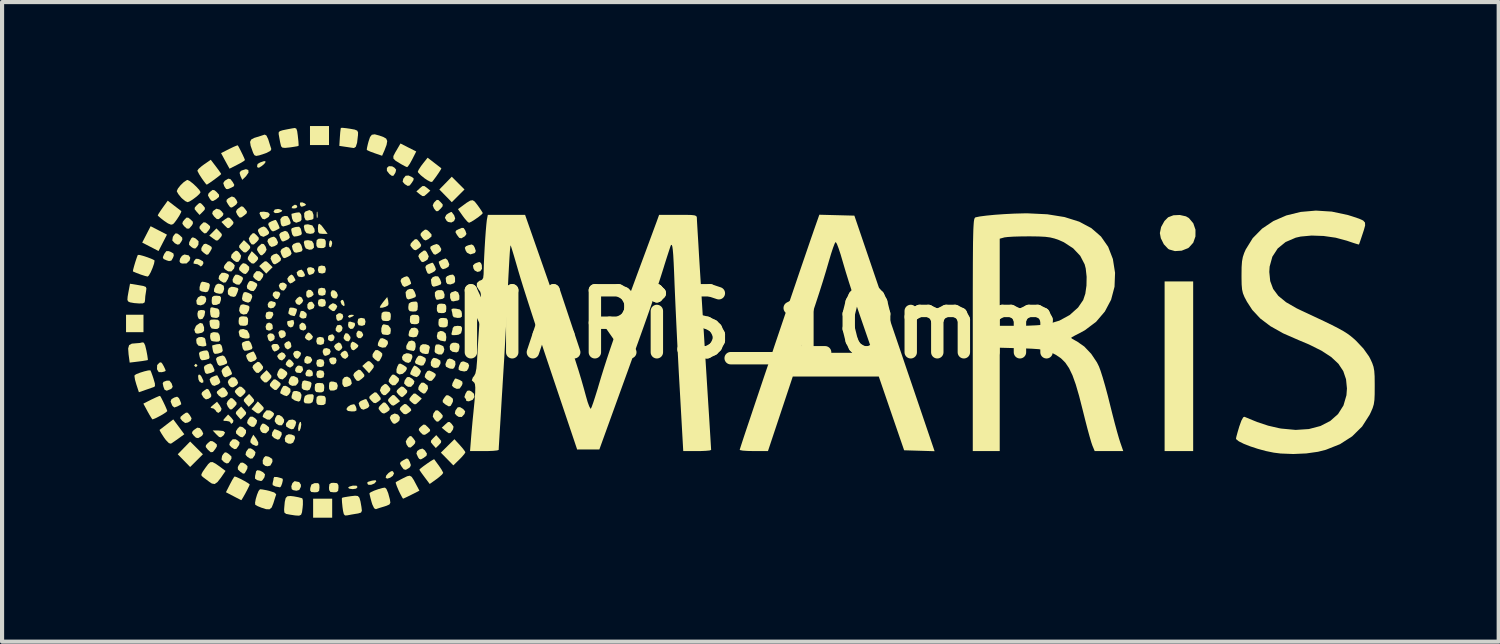
<source format=kicad_pcb>
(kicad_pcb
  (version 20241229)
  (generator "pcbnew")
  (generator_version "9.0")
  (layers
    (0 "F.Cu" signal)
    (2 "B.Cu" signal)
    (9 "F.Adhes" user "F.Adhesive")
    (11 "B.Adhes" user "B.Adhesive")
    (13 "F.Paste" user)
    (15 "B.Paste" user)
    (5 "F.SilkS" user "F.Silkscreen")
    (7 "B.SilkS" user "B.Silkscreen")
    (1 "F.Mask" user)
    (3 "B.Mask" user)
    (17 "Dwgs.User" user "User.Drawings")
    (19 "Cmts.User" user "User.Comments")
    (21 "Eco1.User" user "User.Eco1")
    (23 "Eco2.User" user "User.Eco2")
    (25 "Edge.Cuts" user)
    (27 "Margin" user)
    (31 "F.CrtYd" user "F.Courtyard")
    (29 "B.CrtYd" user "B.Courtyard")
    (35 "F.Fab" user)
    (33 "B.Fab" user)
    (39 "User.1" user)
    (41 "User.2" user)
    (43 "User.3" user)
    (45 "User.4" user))
  (footprint "MARiS_10mm"
    (layer "F.Cu")
    (at 15.309 4.796)
    (property "Reference" "MARiS_10mm" (at 0 0 0) (layer "F.SilkS") (effects (font (size 1.5 1.5) (thickness 0.3))))
    (attr board_only exclude_from_pos_files exclude_from_bom)
    (fp_poly (pts (xy -10.034 -0.538) (xy -10.019 -0.457) (xy -10.042 -0.438) (xy -10.092 -0.48) (xy -10.12 -0.546) (xy -10.101 -0.581) (xy -10.062 -0.591)) (stroke (width 0) (type solid)) (fill yes) (layer "F.SilkS"))
    (fp_poly (pts (xy -14.887 -0.019) (xy -14.887 0.192) (xy -15.098 0.192) (xy -15.309 0.192) (xy -15.309 -0.019) (xy -15.309 -0.23) (xy -15.098 -0.23) (xy -14.887 -0.23)) (stroke (width 0) (type solid)) (fill yes) (layer "F.SilkS"))
    (fp_poly (pts (xy -14.516 -2.27) (xy -14.319 -2.168) (xy -14.421 -1.97) (xy -14.523 -1.772) (xy -14.72 -1.874) (xy -14.918 -1.976) (xy -14.816 -2.174) (xy -14.714 -2.372)) (stroke (width 0) (type solid)) (fill yes) (layer "F.SilkS"))
    (fp_poly (pts (xy -13.603 2.992) (xy -13.449 3.146) (xy -13.603 3.3) (xy -13.758 3.454) (xy -13.908 3.3) (xy -14.058 3.146) (xy -13.908 2.992) (xy -13.758 2.838)) (stroke (width 0) (type solid)) (fill yes) (layer "F.SilkS"))
    (fp_poly (pts (xy -13.584 0.988) (xy -13.582 0.998) (xy -13.612 1.035) (xy -13.621 1.036) (xy -13.658 1.007) (xy -13.659 0.998) (xy -13.63 0.96) (xy -13.621 0.959)) (stroke (width 0) (type solid)) (fill yes) (layer "F.SilkS"))
    (fp_poly (pts (xy -11.175 -2.874) (xy -11.165 -2.837) (xy -11.198 -2.808) (xy -11.247 -2.801) (xy -11.302 -2.809) (xy -11.291 -2.845) (xy -11.281 -2.858) (xy -11.222 -2.894)) (stroke (width 0) (type solid)) (fill yes) (layer "F.SilkS"))
    (fp_poly (pts (xy -10.98 -2.921) (xy -10.952 -2.889) (xy -10.993 -2.864) (xy -11.058 -2.843) (xy -11.086 -2.859) (xy -11.102 -2.897) (xy -11.098 -2.944) (xy -11.045 -2.95)) (stroke (width 0) (type solid)) (fill yes) (layer "F.SilkS"))
    (fp_poly (pts (xy -10.678 -2.715) (xy -10.672 -2.617) (xy -10.678 -2.58) (xy -10.69 -2.568) (xy -10.696 -2.621) (xy -10.696 -2.647) (xy -10.692 -2.717) (xy -10.682 -2.725)) (stroke (width 0) (type solid)) (fill yes) (layer "F.SilkS"))
    (fp_poly (pts (xy -10.398 -4.566) (xy -10.398 -4.336) (xy -10.628 -4.336) (xy -10.858 -4.336) (xy -10.858 -4.566) (xy -10.858 -4.796) (xy -10.628 -4.796) (xy -10.398 -4.796)) (stroke (width 0) (type solid)) (fill yes) (layer "F.SilkS"))
    (fp_poly (pts (xy -10.328 -2.002) (xy -10.321 -1.959) (xy -10.339 -1.886) (xy -10.36 -1.861) (xy -10.388 -1.874) (xy -10.398 -1.935) (xy -10.385 -2.009) (xy -10.36 -2.034)) (stroke (width 0) (type solid)) (fill yes) (layer "F.SilkS"))
    (fp_poly (pts (xy -10.321 4.451) (xy -10.321 4.681) (xy -10.551 4.681) (xy -10.782 4.681) (xy -10.782 4.451) (xy -10.782 4.221) (xy -10.551 4.221) (xy -10.321 4.221)) (stroke (width 0) (type solid)) (fill yes) (layer "F.SilkS"))
    (fp_poly (pts (xy -9.795 -0.224) (xy -9.809 -0.201) (xy -9.822 -0.192) (xy -9.902 -0.156) (xy -9.936 -0.179) (xy -9.937 -0.192) (xy -9.905 -0.222) (xy -9.851 -0.23)) (stroke (width 0) (type solid)) (fill yes) (layer "F.SilkS"))
    (fp_poly (pts (xy -7.273 -3.415) (xy -7.119 -3.261) (xy -7.273 -3.107) (xy -7.427 -2.953) (xy -7.577 -3.107) (xy -7.728 -3.261) (xy -7.577 -3.415) (xy -7.427 -3.57)) (stroke (width 0) (type solid)) (fill yes) (layer "F.SilkS"))
    (fp_poly (pts (xy 10.513 1.017) (xy 10.513 3.069) (xy 10.168 3.069) (xy 9.822 3.069) (xy 9.822 1.017) (xy 9.822 -1.036) (xy 10.168 -1.036) (xy 10.513 -1.036)) (stroke (width 0) (type solid)) (fill yes) (layer "F.SilkS"))
    (fp_poly (pts (xy -13.502 1.24) (xy -13.482 1.271) (xy -13.438 1.364) (xy -13.44 1.409) (xy -13.482 1.42) (xy -13.532 1.387) (xy -13.557 1.336) (xy -13.566 1.248) (xy -13.544 1.213)) (stroke (width 0) (type solid)) (fill yes) (layer "F.SilkS"))
    (fp_poly (pts (xy -12.957 2.583) (xy -12.913 2.619) (xy -12.942 2.679) (xy -12.963 2.7) (xy -13.014 2.737) (xy -13.058 2.727) (xy -13.122 2.667) (xy -13.212 2.571) (xy -13.073 2.571)) (stroke (width 0) (type solid)) (fill yes) (layer "F.SilkS"))
    (fp_poly (pts (xy -11.907 -1.52) (xy -11.846 -1.465) (xy -11.762 -1.381) (xy -11.84 -1.304) (xy -11.917 -1.226) (xy -12.002 -1.316) (xy -12.087 -1.407) (xy -12.009 -1.478) (xy -11.95 -1.524)) (stroke (width 0) (type solid)) (fill yes) (layer "F.SilkS"))
    (fp_poly (pts (xy -11.786 -0.014) (xy -11.764 0.023) (xy -11.758 0.106) (xy -11.817 0.149) (xy -11.858 0.153) (xy -11.917 0.13) (xy -11.933 0.058) (xy -11.906 -0.015) (xy -11.847 -0.041)) (stroke (width 0) (type solid)) (fill yes) (layer "F.SilkS"))
    (fp_poly (pts (xy -10.978 -0.007) (xy -10.948 0.061) (xy -10.956 0.119) (xy -11.013 0.152) (xy -11.081 0.136) (xy -11.112 0.098) (xy -11.114 0.016) (xy -11.063 -0.034) (xy -11.033 -0.038)) (stroke (width 0) (type solid)) (fill yes) (layer "F.SilkS"))
    (fp_poly (pts (xy -10.27 0.285) (xy -10.264 0.329) (xy -10.291 0.393) (xy -10.35 0.415) (xy -10.408 0.388) (xy -10.423 0.363) (xy -10.418 0.291) (xy -10.394 0.265) (xy -10.315 0.242)) (stroke (width 0) (type solid)) (fill yes) (layer "F.SilkS"))
    (fp_poly (pts (xy -10.236 0.813) (xy -10.214 0.868) (xy -10.23 0.94) (xy -10.284 0.974) (xy -10.345 0.964) (xy -10.381 0.914) (xy -10.395 0.845) (xy -10.365 0.814) (xy -10.302 0.8)) (stroke (width 0) (type solid)) (fill yes) (layer "F.SilkS"))
    (fp_poly (pts (xy -10.099 0.032) (xy -10.069 0.087) (xy -10.086 0.152) (xy -10.138 0.196) (xy -10.18 0.199) (xy -10.234 0.158) (xy -10.237 0.105) (xy -10.202 0.026) (xy -10.136 0.015)) (stroke (width 0) (type solid)) (fill yes) (layer "F.SilkS"))
    (fp_poly (pts (xy -9.603 0.184) (xy -9.571 0.249) (xy -9.576 0.281) (xy -9.626 0.337) (xy -9.69 0.336) (xy -9.731 0.29) (xy -9.735 0.217) (xy -9.702 0.162) (xy -9.676 0.154)) (stroke (width 0) (type solid)) (fill yes) (layer "F.SilkS"))
    (fp_poly (pts (xy -13.044 -2.241) (xy -12.992 -2.181) (xy -12.994 -2.137) (xy -13.036 -2.083) (xy -13.089 -2.029) (xy -13.132 -2.027) (xy -13.2 -2.074) (xy -13.295 -2.145) (xy -13.208 -2.232) (xy -13.122 -2.319)) (stroke (width 0) (type solid)) (fill yes) (layer "F.SilkS"))
    (fp_poly (pts (xy -12.451 2.072) (xy -12.403 2.133) (xy -12.408 2.176) (xy -12.455 2.228) (xy -12.532 2.305) (xy -12.604 2.225) (xy -12.652 2.165) (xy -12.647 2.121) (xy -12.599 2.069) (xy -12.523 1.992)) (stroke (width 0) (type solid)) (fill yes) (layer "F.SilkS"))
    (fp_poly (pts (xy -12.35 -3.732) (xy -12.345 -3.67) (xy -12.405 -3.583) (xy -12.411 -3.577) (xy -12.497 -3.494) (xy -12.54 -3.588) (xy -12.562 -3.663) (xy -12.534 -3.707) (xy -12.51 -3.721) (xy -12.408 -3.753)) (stroke (width 0) (type solid)) (fill yes) (layer "F.SilkS"))
    (fp_poly (pts (xy -12.259 1.765) (xy -12.211 1.826) (xy -12.216 1.869) (xy -12.264 1.921) (xy -12.34 1.998) (xy -12.412 1.918) (xy -12.46 1.858) (xy -12.455 1.814) (xy -12.407 1.762) (xy -12.331 1.686)) (stroke (width 0) (type solid)) (fill yes) (layer "F.SilkS"))
    (fp_poly (pts (xy -12.159 2.766) (xy -12.109 2.861) (xy -12.113 2.925) (xy -12.163 2.946) (xy -12.25 2.908) (xy -12.256 2.904) (xy -12.302 2.855) (xy -12.294 2.795) (xy -12.278 2.763) (xy -12.23 2.673)) (stroke (width 0) (type solid)) (fill yes) (layer "F.SilkS"))
    (fp_poly (pts (xy -11.934 -3.923) (xy -11.963 -3.882) (xy -12.026 -3.828) (xy -12.093 -3.787) (xy -12.126 -3.794) (xy -12.139 -3.82) (xy -12.126 -3.878) (xy -12.064 -3.915) (xy -11.977 -3.945) (xy -11.94 -3.947)) (stroke (width 0) (type solid)) (fill yes) (layer "F.SilkS"))
    (fp_poly (pts (xy -11.752 0.232) (xy -11.713 0.287) (xy -11.716 0.354) (xy -11.746 0.388) (xy -11.817 0.419) (xy -11.858 0.39) (xy -11.871 0.361) (xy -11.892 0.278) (xy -11.863 0.235) (xy -11.819 0.219)) (stroke (width 0) (type solid)) (fill yes) (layer "F.SilkS"))
    (fp_poly (pts (xy -11.622 -0.788) (xy -11.6 -0.776) (xy -11.575 -0.735) (xy -11.6 -0.665) (xy -11.642 -0.608) (xy -11.69 -0.615) (xy -11.713 -0.631) (xy -11.762 -0.698) (xy -11.752 -0.76) (xy -11.7 -0.797)) (stroke (width 0) (type solid)) (fill yes) (layer "F.SilkS"))
    (fp_poly (pts (xy -11.582 -2.78) (xy -11.529 -2.754) (xy -11.546 -2.726) (xy -11.553 -2.721) (xy -11.63 -2.692) (xy -11.703 -2.69) (xy -11.74 -2.717) (xy -11.741 -2.722) (xy -11.71 -2.776) (xy -11.631 -2.79)) (stroke (width 0) (type solid)) (fill yes) (layer "F.SilkS"))
    (fp_poly (pts (xy -11.532 2.238) (xy -11.483 2.309) (xy -11.489 2.372) (xy -11.537 2.444) (xy -11.612 2.444) (xy -11.672 2.408) (xy -11.713 2.345) (xy -11.7 2.273) (xy -11.658 2.202) (xy -11.602 2.196)) (stroke (width 0) (type solid)) (fill yes) (layer "F.SilkS"))
    (fp_poly (pts (xy -11.483 0.155) (xy -11.444 0.211) (xy -11.448 0.278) (xy -11.478 0.311) (xy -11.549 0.342) (xy -11.59 0.313) (xy -11.602 0.285) (xy -11.623 0.201) (xy -11.594 0.158) (xy -11.55 0.143)) (stroke (width 0) (type solid)) (fill yes) (layer "F.SilkS"))
    (fp_poly (pts (xy -11.468 -0.995) (xy -11.418 -0.95) (xy -11.432 -0.885) (xy -11.435 -0.881) (xy -11.489 -0.815) (xy -11.547 -0.823) (xy -11.587 -0.863) (xy -11.613 -0.935) (xy -11.582 -0.992) (xy -11.514 -1.01)) (stroke (width 0) (type solid)) (fill yes) (layer "F.SilkS"))
    (fp_poly (pts (xy -11.328 0.444) (xy -11.322 0.455) (xy -11.307 0.535) (xy -11.328 0.57) (xy -11.394 0.611) (xy -11.447 0.579) (xy -11.468 0.545) (xy -11.481 0.479) (xy -11.432 0.43) (xy -11.369 0.406)) (stroke (width 0) (type solid)) (fill yes) (layer "F.SilkS"))
    (fp_poly (pts (xy -11.123 0.654) (xy -11.074 0.695) (xy -11.087 0.75) (xy -11.098 0.769) (xy -11.151 0.834) (xy -11.2 0.829) (xy -11.242 0.787) (xy -11.267 0.715) (xy -11.236 0.658) (xy -11.169 0.64)) (stroke (width 0) (type solid)) (fill yes) (layer "F.SilkS"))
    (fp_poly (pts (xy -11.078 2.364) (xy -11.069 2.428) (xy -11.083 2.515) (xy -11.11 2.58) (xy -11.136 2.587) (xy -11.137 2.585) (xy -11.146 2.522) (xy -11.132 2.435) (xy -11.105 2.37) (xy -11.08 2.362)) (stroke (width 0) (type solid)) (fill yes) (layer "F.SilkS"))
    (fp_poly (pts (xy -11.044 1.023) (xy -11.025 1.093) (xy -11.035 1.128) (xy -11.084 1.181) (xy -11.172 1.172) (xy -11.19 1.165) (xy -11.22 1.122) (xy -11.207 1.058) (xy -11.162 1.008) (xy -11.125 0.998)) (stroke (width 0) (type solid)) (fill yes) (layer "F.SilkS"))
    (fp_poly (pts (xy -10.843 0.791) (xy -10.806 0.854) (xy -10.809 0.885) (xy -10.855 0.942) (xy -10.926 0.959) (xy -10.987 0.93) (xy -10.99 0.924) (xy -10.997 0.864) (xy -10.973 0.798) (xy -10.934 0.767)) (stroke (width 0) (type solid)) (fill yes) (layer "F.SilkS"))
    (fp_poly (pts (xy -10.836 -0.828) (xy -10.784 -0.773) (xy -10.77 -0.713) (xy -10.816 -0.671) (xy -10.837 -0.66) (xy -10.906 -0.639) (xy -10.939 -0.67) (xy -10.949 -0.701) (xy -10.946 -0.788) (xy -10.9 -0.834)) (stroke (width 0) (type solid)) (fill yes) (layer "F.SilkS"))
    (fp_poly (pts (xy -10.809 1.125) (xy -10.788 1.18) (xy -10.793 1.244) (xy -10.847 1.265) (xy -10.877 1.266) (xy -10.951 1.254) (xy -10.969 1.206) (xy -10.966 1.18) (xy -10.928 1.108) (xy -10.877 1.094)) (stroke (width 0) (type solid)) (fill yes) (layer "F.SilkS"))
    (fp_poly (pts (xy -10.796 -0.533) (xy -10.747 -0.461) (xy -10.764 -0.395) (xy -10.804 -0.369) (xy -10.873 -0.348) (xy -10.906 -0.369) (xy -10.921 -0.403) (xy -10.922 -0.478) (xy -10.882 -0.533) (xy -10.823 -0.547)) (stroke (width 0) (type solid)) (fill yes) (layer "F.SilkS"))
    (fp_poly (pts (xy -10.766 -1.355) (xy -10.74 -1.296) (xy -10.767 -1.235) (xy -10.804 -1.213) (xy -10.868 -1.192) (xy -10.896 -1.212) (xy -10.912 -1.25) (xy -10.933 -1.336) (xy -10.901 -1.374) (xy -10.839 -1.381)) (stroke (width 0) (type solid)) (fill yes) (layer "F.SilkS"))
    (fp_poly (pts (xy -10.578 -2.388) (xy -10.512 -2.301) (xy -10.431 -2.187) (xy -10.549 -2.187) (xy -10.627 -2.194) (xy -10.66 -2.231) (xy -10.666 -2.32) (xy -10.666 -2.324) (xy -10.659 -2.411) (xy -10.631 -2.432)) (stroke (width 0) (type solid)) (fill yes) (layer "F.SilkS"))
    (fp_poly (pts (xy -10.069 -0.241) (xy -10.053 -0.181) (xy -10.081 -0.12) (xy -10.113 -0.1) (xy -10.177 -0.08) (xy -10.205 -0.099) (xy -10.221 -0.138) (xy -10.227 -0.221) (xy -10.168 -0.264) (xy -10.127 -0.269)) (stroke (width 0) (type solid)) (fill yes) (layer "F.SilkS"))
    (fp_poly (pts (xy -9.947 0.224) (xy -9.926 0.239) (xy -9.877 0.31) (xy -9.882 0.356) (xy -9.918 0.413) (xy -9.972 0.409) (xy -10.012 0.386) (xy -10.047 0.335) (xy -10.031 0.27) (xy -9.995 0.215)) (stroke (width 0) (type solid)) (fill yes) (layer "F.SilkS"))
    (fp_poly (pts (xy -9.733 3.906) (xy -9.707 3.939) (xy -9.742 3.978) (xy -9.822 3.99) (xy -9.903 3.98) (xy -9.937 3.957) (xy -9.937 3.956) (xy -9.904 3.928) (xy -9.824 3.906) (xy -9.822 3.905)) (stroke (width 0) (type solid)) (fill yes) (layer "F.SilkS"))
    (fp_poly (pts (xy -9.411 0.898) (xy -9.363 0.942) (xy -9.314 1) (xy -9.318 1.046) (xy -9.359 1.101) (xy -9.429 1.186) (xy -9.511 1.098) (xy -9.593 1.011) (xy -9.515 0.939) (xy -9.454 0.892)) (stroke (width 0) (type solid)) (fill yes) (layer "F.SilkS"))
    (fp_poly (pts (xy -8.824 3.607) (xy -8.854 3.669) (xy -8.918 3.714) (xy -8.993 3.737) (xy -9.026 3.713) (xy -9.027 3.711) (xy -9.012 3.659) (xy -8.958 3.599) (xy -8.895 3.557) (xy -8.854 3.555)) (stroke (width 0) (type solid)) (fill yes) (layer "F.SilkS"))
    (fp_poly (pts (xy -8.03 -3.302) (xy -7.946 -3.233) (xy -8.03 -3.154) (xy -8.094 -3.102) (xy -8.141 -3.102) (xy -8.199 -3.144) (xy -8.284 -3.213) (xy -8.199 -3.292) (xy -8.136 -3.344) (xy -8.089 -3.344)) (stroke (width 0) (type solid)) (fill yes) (layer "F.SilkS"))
    (fp_poly (pts (xy -7.731 2.763) (xy -7.683 2.823) (xy -7.689 2.867) (xy -7.736 2.919) (xy -7.813 2.995) (xy -7.885 2.916) (xy -7.933 2.855) (xy -7.927 2.812) (xy -7.88 2.76) (xy -7.803 2.683)) (stroke (width 0) (type solid)) (fill yes) (layer "F.SilkS"))
    (fp_poly (pts (xy -13.792 -1.666) (xy -13.754 -1.607) (xy -13.772 -1.54) (xy -13.845 -1.471) (xy -13.953 -1.469) (xy -13.993 -1.483) (xy -14.016 -1.525) (xy -13.999 -1.592) (xy -13.956 -1.656) (xy -13.899 -1.687) (xy -13.893 -1.688)) (stroke (width 0) (type solid)) (fill yes) (layer "F.SilkS"))
    (fp_poly (pts (xy -13.499 -2.929) (xy -13.448 -2.878) (xy -13.4 -2.817) (xy -13.406 -2.773) (xy -13.453 -2.721) (xy -13.53 -2.645) (xy -13.602 -2.724) (xy -13.65 -2.785) (xy -13.644 -2.828) (xy -13.597 -2.88) (xy -13.539 -2.932)) (stroke (width 0) (type solid)) (fill yes) (layer "F.SilkS"))
    (fp_poly (pts (xy -13.396 -0.673) (xy -13.367 -0.614) (xy -13.378 -0.544) (xy -13.424 -0.485) (xy -13.501 -0.457) (xy -13.574 -0.47) (xy -13.598 -0.492) (xy -13.609 -0.572) (xy -13.569 -0.649) (xy -13.497 -0.69) (xy -13.484 -0.691)) (stroke (width 0) (type solid)) (fill yes) (layer "F.SilkS"))
    (fp_poly (pts (xy -13.016 -0.973) (xy -12.945 -0.931) (xy -12.935 -0.853) (xy -12.954 -0.79) (xy -12.984 -0.745) (xy -13.044 -0.737) (xy -13.133 -0.756) (xy -13.182 -0.791) (xy -13.177 -0.857) (xy -13.137 -0.95) (xy -13.083 -0.982)) (stroke (width 0) (type solid)) (fill yes) (layer "F.SilkS"))
    (fp_poly (pts (xy -12.678 1.286) (xy -12.621 1.347) (xy -12.596 1.419) (xy -12.627 1.47) (xy -12.645 1.484) (xy -12.721 1.529) (xy -12.775 1.518) (xy -12.818 1.474) (xy -12.847 1.4) (xy -12.828 1.349) (xy -12.755 1.283)) (stroke (width 0) (type solid)) (fill yes) (layer "F.SilkS"))
    (fp_poly (pts (xy -12.377 0.146) (xy -12.326 0.238) (xy -12.317 0.317) (xy -12.347 0.343) (xy -12.417 0.346) (xy -12.496 0.33) (xy -12.553 0.298) (xy -12.562 0.285) (xy -12.585 0.182) (xy -12.553 0.129) (xy -12.474 0.115)) (stroke (width 0) (type solid)) (fill yes) (layer "F.SilkS"))
    (fp_poly (pts (xy -12.367 -1.951) (xy -12.309 -1.889) (xy -12.305 -1.845) (xy -12.342 -1.797) (xy -12.407 -1.738) (xy -12.459 -1.74) (xy -12.527 -1.803) (xy -12.574 -1.863) (xy -12.567 -1.909) (xy -12.527 -1.957) (xy -12.457 -2.035)) (stroke (width 0) (type solid)) (fill yes) (layer "F.SilkS"))
    (fp_poly (pts (xy -12.177 -1.683) (xy -12.118 -1.621) (xy -12.113 -1.577) (xy -12.15 -1.528) (xy -12.214 -1.469) (xy -12.266 -1.471) (xy -12.325 -1.521) (xy -12.365 -1.574) (xy -12.358 -1.626) (xy -12.327 -1.676) (xy -12.267 -1.768)) (stroke (width 0) (type solid)) (fill yes) (layer "F.SilkS"))
    (fp_poly (pts (xy -12.037 1.95) (xy -11.982 2.011) (xy -11.979 2.052) (xy -12.028 2.107) (xy -12.03 2.109) (xy -12.09 2.159) (xy -12.138 2.154) (xy -12.189 2.118) (xy -12.274 2.053) (xy -12.197 1.96) (xy -12.121 1.867)) (stroke (width 0) (type solid)) (fill yes) (layer "F.SilkS"))
    (fp_poly (pts (xy -11.971 2.406) (xy -11.913 2.44) (xy -11.849 2.495) (xy -11.847 2.551) (xy -11.858 2.575) (xy -11.923 2.639) (xy -12.001 2.631) (xy -12.046 2.592) (xy -12.072 2.524) (xy -12.049 2.458) (xy -12.013 2.406)) (stroke (width 0) (type solid)) (fill yes) (layer "F.SilkS"))
    (fp_poly (pts (xy -11.873 -2.707) (xy -11.83 -2.663) (xy -11.852 -2.605) (xy -11.877 -2.584) (xy -11.957 -2.538) (xy -12.01 -2.552) (xy -12.046 -2.607) (xy -12.081 -2.684) (xy -12.062 -2.717) (xy -11.979 -2.724) (xy -11.973 -2.724)) (stroke (width 0) (type solid)) (fill yes) (layer "F.SilkS"))
    (fp_poly (pts (xy -11.837 1.189) (xy -11.79 1.249) (xy -11.797 1.295) (xy -11.837 1.343) (xy -11.905 1.406) (xy -11.958 1.408) (xy -12.023 1.35) (xy -12.061 1.296) (xy -12.051 1.252) (xy -11.997 1.195) (xy -11.907 1.111)) (stroke (width 0) (type solid)) (fill yes) (layer "F.SilkS"))
    (fp_poly (pts (xy -11.762 -0.294) (xy -11.745 -0.244) (xy -11.748 -0.221) (xy -11.791 -0.143) (xy -11.846 -0.122) (xy -11.911 -0.127) (xy -11.932 -0.182) (xy -11.933 -0.208) (xy -11.918 -0.283) (xy -11.858 -0.306) (xy -11.834 -0.307)) (stroke (width 0) (type solid)) (fill yes) (layer "F.SilkS"))
    (fp_poly (pts (xy -11.652 0.478) (xy -11.621 0.504) (xy -11.591 0.567) (xy -11.615 0.61) (xy -11.659 0.64) (xy -11.717 0.662) (xy -11.757 0.626) (xy -11.772 0.594) (xy -11.794 0.524) (xy -11.764 0.488) (xy -11.734 0.478)) (stroke (width 0) (type solid)) (fill yes) (layer "F.SilkS"))
    (fp_poly (pts (xy -11.489 0.698) (xy -11.476 0.71) (xy -11.441 0.765) (xy -11.471 0.823) (xy -11.535 0.877) (xy -11.593 0.859) (xy -11.627 0.824) (xy -11.653 0.77) (xy -11.617 0.722) (xy -11.603 0.711) (xy -11.539 0.677)) (stroke (width 0) (type solid)) (fill yes) (layer "F.SilkS"))
    (fp_poly (pts (xy -11.304 2.669) (xy -11.232 2.7) (xy -11.22 2.752) (xy -11.226 2.777) (xy -11.264 2.863) (xy -11.321 2.892) (xy -11.386 2.887) (xy -11.456 2.845) (xy -11.469 2.766) (xy -11.439 2.693) (xy -11.375 2.661)) (stroke (width 0) (type solid)) (fill yes) (layer "F.SilkS"))
    (fp_poly (pts (xy -11.257 -0.099) (xy -11.242 -0.037) (xy -11.242 -0.023) (xy -11.267 0.053) (xy -11.323 0.079) (xy -11.381 0.051) (xy -11.407 0) (xy -11.41 -0.061) (xy -11.395 -0.077) (xy -11.334 -0.089) (xy -11.303 -0.1)) (stroke (width 0) (type solid)) (fill yes) (layer "F.SilkS"))
    (fp_poly (pts (xy -11.244 1.255) (xy -11.156 1.298) (xy -11.135 1.371) (xy -11.146 1.42) (xy -11.199 1.483) (xy -11.287 1.491) (xy -11.349 1.464) (xy -11.379 1.416) (xy -11.361 1.333) (xy -11.316 1.262) (xy -11.251 1.253)) (stroke (width 0) (type solid)) (fill yes) (layer "F.SilkS"))
    (fp_poly (pts (xy -11.119 3.819) (xy -11.077 3.883) (xy -11.079 3.935) (xy -11.118 4.01) (xy -11.187 4.029) (xy -11.266 4.014) (xy -11.3 3.99) (xy -11.31 3.921) (xy -11.284 3.845) (xy -11.236 3.8) (xy -11.223 3.798)) (stroke (width 0) (type solid)) (fill yes) (layer "F.SilkS"))
    (fp_poly (pts (xy -11.072 -0.657) (xy -11.051 -0.634) (xy -11.022 -0.572) (xy -11.05 -0.518) (xy -11.114 -0.465) (xy -11.172 -0.484) (xy -11.199 -0.512) (xy -11.217 -0.566) (xy -11.172 -0.627) (xy -11.171 -0.628) (xy -11.113 -0.67)) (stroke (width 0) (type solid)) (fill yes) (layer "F.SilkS"))
    (fp_poly (pts (xy -11.017 -1.275) (xy -11.013 -1.269) (xy -10.979 -1.195) (xy -10.991 -1.16) (xy -11.051 -1.14) (xy -11.132 -1.151) (xy -11.166 -1.191) (xy -11.181 -1.256) (xy -11.13 -1.303) (xy -11.129 -1.303) (xy -11.062 -1.322)) (stroke (width 0) (type solid)) (fill yes) (layer "F.SilkS"))
    (fp_poly (pts (xy -11.012 -0.318) (xy -10.949 -0.272) (xy -10.935 -0.228) (xy -10.954 -0.155) (xy -11.019 -0.137) (xy -11.063 -0.144) (xy -11.113 -0.181) (xy -11.111 -0.218) (xy -11.091 -0.287) (xy -11.089 -0.306) (xy -11.058 -0.324)) (stroke (width 0) (type solid)) (fill yes) (layer "F.SilkS"))
    (fp_poly (pts (xy -10.864 0.211) (xy -10.831 0.242) (xy -10.787 0.298) (xy -10.803 0.343) (xy -10.821 0.362) (xy -10.881 0.397) (xy -10.941 0.37) (xy -10.982 0.326) (xy -10.966 0.273) (xy -10.95 0.25) (xy -10.904 0.2)) (stroke (width 0) (type solid)) (fill yes) (layer "F.SilkS"))
    (fp_poly (pts (xy -10.803 -2.729) (xy -10.773 -2.647) (xy -10.774 -2.558) (xy -10.804 -2.532) (xy -10.882 -2.519) (xy -10.911 -2.51) (xy -10.963 -2.518) (xy -10.996 -2.591) (xy -10.999 -2.689) (xy -10.969 -2.728) (xy -10.871 -2.763)) (stroke (width 0) (type solid)) (fill yes) (layer "F.SilkS"))
    (fp_poly (pts (xy -10.382 0.602) (xy -10.356 0.661) (xy -10.384 0.722) (xy -10.42 0.744) (xy -10.481 0.765) (xy -10.51 0.757) (xy -10.526 0.742) (xy -10.548 0.685) (xy -10.551 0.646) (xy -10.525 0.59) (xy -10.455 0.576)) (stroke (width 0) (type solid)) (fill yes) (layer "F.SilkS"))
    (fp_poly (pts (xy -10.268 -0.821) (xy -10.212 -0.775) (xy -10.185 -0.709) (xy -10.189 -0.68) (xy -10.221 -0.626) (xy -10.274 -0.625) (xy -10.312 -0.639) (xy -10.351 -0.689) (xy -10.357 -0.765) (xy -10.327 -0.821) (xy -10.327 -0.821)) (stroke (width 0) (type solid)) (fill yes) (layer "F.SilkS"))
    (fp_poly (pts (xy -10.119 0.463) (xy -10.102 0.485) (xy -10.074 0.556) (xy -10.096 0.601) (xy -10.156 0.648) (xy -10.215 0.626) (xy -10.248 0.591) (xy -10.277 0.536) (xy -10.245 0.49) (xy -10.224 0.474) (xy -10.162 0.44)) (stroke (width 0) (type solid)) (fill yes) (layer "F.SilkS"))
    (fp_poly (pts (xy -9.967 0.664) (xy -9.954 0.682) (xy -9.927 0.756) (xy -9.945 0.796) (xy -10.004 0.84) (xy -10.063 0.816) (xy -10.094 0.782) (xy -10.124 0.728) (xy -10.091 0.681) (xy -10.074 0.668) (xy -10.012 0.637)) (stroke (width 0) (type solid)) (fill yes) (layer "F.SilkS"))
    (fp_poly (pts (xy -9.893 1.302) (xy -9.863 1.352) (xy -9.846 1.432) (xy -9.882 1.48) (xy -9.965 1.513) (xy -10.031 1.519) (xy -10.066 1.469) (xy -10.076 1.437) (xy -10.073 1.342) (xy -10.027 1.282) (xy -9.96 1.266)) (stroke (width 0) (type solid)) (fill yes) (layer "F.SilkS"))
    (fp_poly (pts (xy -9.877 -0.062) (xy -9.806 -0.041) (xy -9.784 -0.038) (xy -9.767 -0.008) (xy -9.773 0.038) (xy -9.816 0.105) (xy -9.877 0.115) (xy -9.926 0.071) (xy -9.937 0.015) (xy -9.926 -0.056) (xy -9.885 -0.065)) (stroke (width 0) (type solid)) (fill yes) (layer "F.SilkS"))
    (fp_poly (pts (xy -9.254 3.8) (xy -9.255 3.803) (xy -9.299 3.853) (xy -9.373 3.884) (xy -9.44 3.886) (xy -9.46 3.871) (xy -9.475 3.835) (xy -9.45 3.812) (xy -9.369 3.788) (xy -9.349 3.783) (xy -9.27 3.774)) (stroke (width 0) (type solid)) (fill yes) (layer "F.SilkS"))
    (fp_poly (pts (xy -8.966 -0.57) (xy -8.958 -0.492) (xy -8.97 -0.456) (xy -9.028 -0.423) (xy -9.101 -0.401) (xy -9.157 -0.399) (xy -9.169 -0.41) (xy -9.146 -0.458) (xy -9.09 -0.535) (xy -9.078 -0.55) (xy -8.989 -0.659)) (stroke (width 0) (type solid)) (fill yes) (layer "F.SilkS"))
    (fp_poly (pts (xy -8.87 -3.821) (xy -8.815 -3.789) (xy -8.774 -3.741) (xy -8.786 -3.681) (xy -8.8 -3.652) (xy -8.839 -3.593) (xy -8.877 -3.591) (xy -8.935 -3.634) (xy -8.997 -3.713) (xy -8.997 -3.783) (xy -8.95 -3.825)) (stroke (width 0) (type solid)) (fill yes) (layer "F.SilkS"))
    (fp_poly (pts (xy -8.728 2.186) (xy -8.683 2.249) (xy -8.692 2.324) (xy -8.73 2.365) (xy -8.803 2.41) (xy -8.85 2.399) (xy -8.896 2.336) (xy -8.927 2.265) (xy -8.903 2.212) (xy -8.889 2.196) (xy -8.808 2.159)) (stroke (width 0) (type solid)) (fill yes) (layer "F.SilkS"))
    (fp_poly (pts (xy -8.462 0.706) (xy -8.39 0.736) (xy -8.379 0.789) (xy -8.386 0.817) (xy -8.424 0.908) (xy -8.475 0.936) (xy -8.547 0.918) (xy -8.619 0.863) (xy -8.632 0.794) (xy -8.597 0.732) (xy -8.522 0.701)) (stroke (width 0) (type solid)) (fill yes) (layer "F.SilkS"))
    (fp_poly (pts (xy -8.243 1.725) (xy -8.153 1.799) (xy -8.233 1.88) (xy -8.294 1.934) (xy -8.339 1.934) (xy -8.395 1.892) (xy -8.45 1.839) (xy -8.45 1.796) (xy -8.405 1.737) (xy -8.351 1.679) (xy -8.309 1.676)) (stroke (width 0) (type solid)) (fill yes) (layer "F.SilkS"))
    (fp_poly (pts (xy -7.273 -0.772) (xy -7.243 -0.691) (xy -7.244 -0.601) (xy -7.274 -0.576) (xy -7.352 -0.562) (xy -7.381 -0.553) (xy -7.433 -0.561) (xy -7.466 -0.634) (xy -7.469 -0.732) (xy -7.439 -0.771) (xy -7.341 -0.806)) (stroke (width 0) (type solid)) (fill yes) (layer "F.SilkS"))
    (fp_poly (pts (xy -6.722 -1.483) (xy -6.7 -1.431) (xy -6.696 -1.34) (xy -6.739 -1.282) (xy -6.806 -1.266) (xy -6.873 -1.301) (xy -6.903 -1.352) (xy -6.915 -1.421) (xy -6.873 -1.465) (xy -6.835 -1.483) (xy -6.76 -1.508)) (stroke (width 0) (type solid)) (fill yes) (layer "F.SilkS"))
    (fp_poly (pts (xy -14.434 0.951) (xy -14.395 1.018) (xy -14.361 1.09) (xy -14.35 1.129) (xy -14.382 1.145) (xy -14.443 1.16) (xy -14.518 1.158) (xy -14.555 1.1) (xy -14.56 1.082) (xy -14.556 0.987) (xy -14.5 0.929) (xy -14.462 0.921)) (stroke (width 0) (type solid)) (fill yes) (layer "F.SilkS"))
    (fp_poly (pts (xy -14.065 -2.193) (xy -14.01 -2.154) (xy -13.95 -2.097) (xy -13.947 -2.047) (xy -13.971 -2.001) (xy -14.019 -1.935) (xy -14.065 -1.927) (xy -14.129 -1.96) (xy -14.19 -2.027) (xy -14.177 -2.114) (xy -14.148 -2.159) (xy -14.109 -2.2)) (stroke (width 0) (type solid)) (fill yes) (layer "F.SilkS"))
    (fp_poly (pts (xy -13.804 -2.579) (xy -13.748 -2.536) (xy -13.692 -2.48) (xy -13.693 -2.43) (xy -13.721 -2.384) (xy -13.783 -2.315) (xy -13.839 -2.315) (xy -13.904 -2.373) (xy -13.946 -2.431) (xy -13.936 -2.479) (xy -13.9 -2.526) (xy -13.847 -2.58)) (stroke (width 0) (type solid)) (fill yes) (layer "F.SilkS"))
    (fp_poly (pts (xy -13.524 2.513) (xy -13.472 2.577) (xy -13.441 2.646) (xy -13.464 2.691) (xy -13.489 2.712) (xy -13.564 2.756) (xy -13.618 2.745) (xy -13.673 2.692) (xy -13.715 2.634) (xy -13.699 2.59) (xy -13.666 2.558) (xy -13.585 2.502)) (stroke (width 0) (type solid)) (fill yes) (layer "F.SilkS"))
    (fp_poly (pts (xy -13.417 -0.339) (xy -13.395 -0.305) (xy -13.409 -0.224) (xy -13.415 -0.201) (xy -13.459 -0.13) (xy -13.522 -0.118) (xy -13.557 -0.141) (xy -13.577 -0.196) (xy -13.582 -0.256) (xy -13.565 -0.324) (xy -13.499 -0.345) (xy -13.487 -0.345)) (stroke (width 0) (type solid)) (fill yes) (layer "F.SilkS"))
    (fp_poly (pts (xy -13.086 -0.108) (xy -13.051 -0.072) (xy -13.045 0) (xy -13.055 0.082) (xy -13.099 0.112) (xy -13.156 0.115) (xy -13.237 0.103) (xy -13.274 0.049) (xy -13.284 0) (xy -13.289 -0.078) (xy -13.258 -0.11) (xy -13.173 -0.115)) (stroke (width 0) (type solid)) (fill yes) (layer "F.SilkS"))
    (fp_poly (pts (xy -13.041 1.963) (xy -12.998 2.045) (xy -13.014 2.1) (xy -13.076 2.146) (xy -13.124 2.116) (xy -13.136 2.091) (xy -13.189 2.041) (xy -13.226 2.032) (xy -13.264 2.024) (xy -13.247 1.993) (xy -13.201 1.953) (xy -13.107 1.875)) (stroke (width 0) (type solid)) (fill yes) (layer "F.SilkS"))
    (fp_poly (pts (xy -13.038 -0.683) (xy -13.011 -0.645) (xy -13.014 -0.585) (xy -13.041 -0.503) (xy -13.114 -0.47) (xy -13.132 -0.467) (xy -13.206 -0.468) (xy -13.233 -0.507) (xy -13.237 -0.573) (xy -13.228 -0.656) (xy -13.185 -0.687) (xy -13.12 -0.691)) (stroke (width 0) (type solid)) (fill yes) (layer "F.SilkS"))
    (fp_poly (pts (xy -12.936 1.535) (xy -12.889 1.587) (xy -12.842 1.664) (xy -12.861 1.719) (xy -12.928 1.764) (xy -12.996 1.776) (xy -13.064 1.727) (xy -13.068 1.722) (xy -13.114 1.664) (xy -13.107 1.624) (xy -13.047 1.574) (xy -12.979 1.529)) (stroke (width 0) (type solid)) (fill yes) (layer "F.SilkS"))
    (fp_poly (pts (xy -12.918 -1.244) (xy -12.837 -1.213) (xy -12.817 -1.174) (xy -12.844 -1.098) (xy -12.846 -1.094) (xy -12.895 -1.015) (xy -12.951 -1.006) (xy -13.024 -1.049) (xy -13.07 -1.1) (xy -13.059 -1.163) (xy -13.048 -1.185) (xy -12.993 -1.246)) (stroke (width 0) (type solid)) (fill yes) (layer "F.SilkS"))
    (fp_poly (pts (xy -12.872 3.107) (xy -12.819 3.143) (xy -12.759 3.199) (xy -12.758 3.25) (xy -12.782 3.293) (xy -12.83 3.359) (xy -12.875 3.368) (xy -12.94 3.335) (xy -12.999 3.271) (xy -12.986 3.187) (xy -12.956 3.14) (xy -12.916 3.099)) (stroke (width 0) (type solid)) (fill yes) (layer "F.SilkS"))
    (fp_poly (pts (xy -12.8 -2.574) (xy -12.755 -2.529) (xy -12.709 -2.47) (xy -12.717 -2.426) (xy -12.762 -2.377) (xy -12.818 -2.327) (xy -12.858 -2.328) (xy -12.916 -2.384) (xy -12.919 -2.387) (xy -13.001 -2.475) (xy -12.912 -2.54) (xy -12.845 -2.583)) (stroke (width 0) (type solid)) (fill yes) (layer "F.SilkS"))
    (fp_poly (pts (xy -12.761 2.262) (xy -12.711 2.327) (xy -12.72 2.375) (xy -12.73 2.386) (xy -12.769 2.413) (xy -12.777 2.387) (xy -12.81 2.353) (xy -12.879 2.34) (xy -12.949 2.337) (xy -12.952 2.312) (xy -12.91 2.262) (xy -12.839 2.184)) (stroke (width 0) (type solid)) (fill yes) (layer "F.SilkS"))
    (fp_poly (pts (xy -12.726 -1.479) (xy -12.678 -1.424) (xy -12.694 -1.355) (xy -12.698 -1.346) (xy -12.76 -1.278) (xy -12.839 -1.281) (xy -12.9 -1.318) (xy -12.943 -1.363) (xy -12.934 -1.411) (xy -12.907 -1.452) (xy -12.849 -1.519) (xy -12.795 -1.524)) (stroke (width 0) (type solid)) (fill yes) (layer "F.SilkS"))
    (fp_poly (pts (xy -12.685 -3.068) (xy -12.639 -3.01) (xy -12.613 -2.95) (xy -12.64 -2.901) (xy -12.682 -2.867) (xy -12.749 -2.824) (xy -12.791 -2.833) (xy -12.838 -2.898) (xy -12.879 -2.969) (xy -12.874 -3.012) (xy -12.83 -3.05) (xy -12.749 -3.092)) (stroke (width 0) (type solid)) (fill yes) (layer "F.SilkS"))
    (fp_poly (pts (xy -12.655 2.784) (xy -12.608 2.813) (xy -12.561 2.86) (xy -12.571 2.915) (xy -12.59 2.948) (xy -12.64 3.015) (xy -12.687 3.022) (xy -12.76 2.976) (xy -12.81 2.92) (xy -12.796 2.858) (xy -12.793 2.853) (xy -12.728 2.783)) (stroke (width 0) (type solid)) (fill yes) (layer "F.SilkS"))
    (fp_poly (pts (xy -12.605 -1.767) (xy -12.569 -1.73) (xy -12.525 -1.658) (xy -12.541 -1.585) (xy -12.545 -1.576) (xy -12.592 -1.51) (xy -12.645 -1.508) (xy -12.71 -1.55) (xy -12.769 -1.617) (xy -12.757 -1.684) (xy -12.706 -1.74) (xy -12.649 -1.782)) (stroke (width 0) (type solid)) (fill yes) (layer "F.SilkS"))
    (fp_poly (pts (xy -12.498 2.486) (xy -12.473 2.501) (xy -12.406 2.563) (xy -12.407 2.632) (xy -12.445 2.694) (xy -12.49 2.737) (xy -12.538 2.727) (xy -12.578 2.701) (xy -12.646 2.643) (xy -12.65 2.589) (xy -12.606 2.52) (xy -12.556 2.474)) (stroke (width 0) (type solid)) (fill yes) (layer "F.SilkS"))
    (fp_poly (pts (xy -12.437 -0.474) (xy -12.351 -0.451) (xy -12.322 -0.422) (xy -12.33 -0.36) (xy -12.338 -0.331) (xy -12.387 -0.249) (xy -12.469 -0.234) (xy -12.539 -0.263) (xy -12.572 -0.327) (xy -12.564 -0.397) (xy -12.534 -0.468) (xy -12.477 -0.482)) (stroke (width 0) (type solid)) (fill yes) (layer "F.SilkS"))
    (fp_poly (pts (xy -12.422 -1.466) (xy -12.397 -1.451) (xy -12.329 -1.389) (xy -12.33 -1.319) (xy -12.369 -1.258) (xy -12.413 -1.215) (xy -12.462 -1.224) (xy -12.502 -1.251) (xy -12.569 -1.309) (xy -12.574 -1.363) (xy -12.53 -1.432) (xy -12.479 -1.478)) (stroke (width 0) (type solid)) (fill yes) (layer "F.SilkS"))
    (fp_poly (pts (xy -12.415 3.389) (xy -12.37 3.434) (xy -12.373 3.488) (xy -12.398 3.54) (xy -12.439 3.608) (xy -12.478 3.615) (xy -12.541 3.572) (xy -12.602 3.514) (xy -12.605 3.458) (xy -12.588 3.421) (xy -12.538 3.352) (xy -12.482 3.348)) (stroke (width 0) (type solid)) (fill yes) (layer "F.SilkS"))
    (fp_poly (pts (xy -12.388 -0.182) (xy -12.358 -0.137) (xy -12.355 -0.077) (xy -12.364 0.005) (xy -12.409 0.035) (xy -12.47 0.038) (xy -12.551 0.029) (xy -12.581 -0.016) (xy -12.585 -0.077) (xy -12.575 -0.158) (xy -12.531 -0.188) (xy -12.47 -0.192)) (stroke (width 0) (type solid)) (fill yes) (layer "F.SilkS"))
    (fp_poly (pts (xy -12.223 3.044) (xy -12.176 3.096) (xy -12.189 3.16) (xy -12.198 3.178) (xy -12.248 3.247) (xy -12.304 3.252) (xy -12.371 3.21) (xy -12.418 3.158) (xy -12.406 3.094) (xy -12.397 3.076) (xy -12.347 3.007) (xy -12.29 3.003)) (stroke (width 0) (type solid)) (fill yes) (layer "F.SilkS"))
    (fp_poly (pts (xy -12.202 -2.2) (xy -12.148 -2.151) (xy -12.097 -2.092) (xy -12.1 -2.048) (xy -12.142 -1.997) (xy -12.216 -1.931) (xy -12.269 -1.932) (xy -12.318 -1.998) (xy -12.339 -2.074) (xy -12.301 -2.144) (xy -12.293 -2.153) (xy -12.241 -2.204)) (stroke (width 0) (type solid)) (fill yes) (layer "F.SilkS"))
    (fp_poly (pts (xy -12.184 2.276) (xy -12.138 2.328) (xy -12.15 2.393) (xy -12.159 2.411) (xy -12.209 2.48) (xy -12.265 2.484) (xy -12.333 2.443) (xy -12.38 2.391) (xy -12.367 2.326) (xy -12.358 2.309) (xy -12.308 2.239) (xy -12.252 2.235)) (stroke (width 0) (type solid)) (fill yes) (layer "F.SilkS"))
    (fp_poly (pts (xy -12.084 0.916) (xy -12.037 0.966) (xy -11.992 1.03) (xy -11.999 1.076) (xy -12.034 1.118) (xy -12.104 1.179) (xy -12.16 1.172) (xy -12.216 1.107) (xy -12.251 1.043) (xy -12.233 0.995) (xy -12.189 0.955) (xy -12.126 0.909)) (stroke (width 0) (type solid)) (fill yes) (layer "F.SilkS"))
    (fp_poly (pts (xy -12.079 -1.283) (xy -12.032 -1.254) (xy -11.985 -1.207) (xy -11.995 -1.152) (xy -12.014 -1.119) (xy -12.064 -1.052) (xy -12.111 -1.045) (xy -12.184 -1.091) (xy -12.235 -1.147) (xy -12.22 -1.209) (xy -12.218 -1.214) (xy -12.153 -1.285)) (stroke (width 0) (type solid)) (fill yes) (layer "F.SilkS"))
    (fp_poly (pts (xy -11.974 -1.939) (xy -11.93 -1.875) (xy -11.908 -1.803) (xy -11.942 -1.739) (xy -11.962 -1.718) (xy -12.019 -1.667) (xy -12.057 -1.674) (xy -12.1 -1.73) (xy -12.14 -1.799) (xy -12.13 -1.849) (xy -12.099 -1.887) (xy -12.028 -1.948)) (stroke (width 0) (type solid)) (fill yes) (layer "F.SilkS"))
    (fp_poly (pts (xy -11.921 -2.335) (xy -11.892 -2.299) (xy -11.848 -2.232) (xy -11.853 -2.192) (xy -11.888 -2.161) (xy -11.982 -2.115) (xy -12.054 -2.141) (xy -12.085 -2.184) (xy -12.119 -2.261) (xy -12.105 -2.304) (xy -12.042 -2.344) (xy -11.974 -2.366)) (stroke (width 0) (type solid)) (fill yes) (layer "F.SilkS"))
    (fp_poly (pts (xy -11.866 3.203) (xy -11.84 3.214) (xy -11.772 3.259) (xy -11.765 3.317) (xy -11.774 3.344) (xy -11.818 3.421) (xy -11.886 3.437) (xy -11.942 3.426) (xy -11.998 3.38) (xy -12.003 3.296) (xy -11.973 3.225) (xy -11.932 3.19)) (stroke (width 0) (type solid)) (fill yes) (layer "F.SilkS"))
    (fp_poly (pts (xy -11.79 -0.559) (xy -11.721 -0.539) (xy -11.703 -0.537) (xy -11.686 -0.507) (xy -11.691 -0.46) (xy -11.736 -0.402) (xy -11.808 -0.383) (xy -11.869 -0.412) (xy -11.873 -0.419) (xy -11.882 -0.484) (xy -11.85 -0.542) (xy -11.798 -0.561)) (stroke (width 0) (type solid)) (fill yes) (layer "F.SilkS"))
    (fp_poly (pts (xy -11.684 2.546) (xy -11.614 2.574) (xy -11.547 2.615) (xy -11.541 2.667) (xy -11.558 2.71) (xy -11.596 2.779) (xy -11.639 2.793) (xy -11.715 2.759) (xy -11.729 2.752) (xy -11.782 2.695) (xy -11.77 2.616) (xy -11.721 2.54)) (stroke (width 0) (type solid)) (fill yes) (layer "F.SilkS"))
    (fp_poly (pts (xy -11.681 -2.084) (xy -11.671 -2.069) (xy -11.631 -1.983) (xy -11.65 -1.929) (xy -11.715 -1.89) (xy -11.79 -1.87) (xy -11.839 -1.906) (xy -11.849 -1.922) (xy -11.889 -2.007) (xy -11.87 -2.062) (xy -11.805 -2.1) (xy -11.73 -2.12)) (stroke (width 0) (type solid)) (fill yes) (layer "F.SilkS"))
    (fp_poly (pts (xy -11.633 1.375) (xy -11.573 1.427) (xy -11.57 1.47) (xy -11.615 1.531) (xy -11.669 1.589) (xy -11.712 1.591) (xy -11.77 1.548) (xy -11.827 1.493) (xy -11.827 1.447) (xy -11.788 1.392) (xy -11.736 1.335) (xy -11.692 1.335)) (stroke (width 0) (type solid)) (fill yes) (layer "F.SilkS"))
    (fp_poly (pts (xy -11.611 -1.67) (xy -11.605 -1.662) (xy -11.558 -1.589) (xy -11.568 -1.539) (xy -11.638 -1.485) (xy -11.706 -1.449) (xy -11.746 -1.463) (xy -11.772 -1.5) (xy -11.813 -1.59) (xy -11.793 -1.651) (xy -11.738 -1.69) (xy -11.666 -1.711)) (stroke (width 0) (type solid)) (fill yes) (layer "F.SilkS"))
    (fp_poly (pts (xy -11.486 1.1) (xy -11.415 1.156) (xy -11.405 1.205) (xy -11.449 1.276) (xy -11.52 1.336) (xy -11.589 1.321) (xy -11.627 1.284) (xy -11.656 1.224) (xy -11.635 1.151) (xy -11.626 1.133) (xy -11.585 1.071) (xy -11.541 1.068)) (stroke (width 0) (type solid)) (fill yes) (layer "F.SilkS"))
    (fp_poly (pts (xy -11.368 -1.852) (xy -11.326 -1.785) (xy -11.303 -1.714) (xy -11.33 -1.669) (xy -11.391 -1.633) (xy -11.468 -1.599) (xy -11.51 -1.612) (xy -11.546 -1.679) (xy -11.573 -1.758) (xy -11.552 -1.808) (xy -11.525 -1.831) (xy -11.434 -1.876)) (stroke (width 0) (type solid)) (fill yes) (layer "F.SilkS"))
    (fp_poly (pts (xy -11.331 0.858) (xy -11.294 0.892) (xy -11.249 0.949) (xy -11.262 0.993) (xy -11.282 1.014) (xy -11.339 1.05) (xy -11.402 1.022) (xy -11.404 1.02) (xy -11.448 0.974) (xy -11.433 0.923) (xy -11.416 0.898) (xy -11.371 0.848)) (stroke (width 0) (type solid)) (fill yes) (layer "F.SilkS"))
    (fp_poly (pts (xy -11.217 2.331) (xy -11.192 2.373) (xy -11.212 2.452) (xy -11.217 2.462) (xy -11.256 2.532) (xy -11.305 2.542) (xy -11.363 2.52) (xy -11.432 2.477) (xy -11.442 2.422) (xy -11.431 2.388) (xy -11.37 2.318) (xy -11.278 2.306)) (stroke (width 0) (type solid)) (fill yes) (layer "F.SilkS"))
    (fp_poly (pts (xy -11.078 -2.667) (xy -11.065 -2.625) (xy -11.063 -2.527) (xy -11.093 -2.49) (xy -11.192 -2.456) (xy -11.262 -2.49) (xy -11.292 -2.561) (xy -11.304 -2.639) (xy -11.306 -2.671) (xy -11.268 -2.682) (xy -11.195 -2.7) (xy -11.116 -2.708)) (stroke (width 0) (type solid)) (fill yes) (layer "F.SilkS"))
    (fp_poly (pts (xy -10.94 1.368) (xy -10.852 1.392) (xy -10.821 1.424) (xy -10.829 1.488) (xy -10.835 1.514) (xy -10.866 1.584) (xy -10.922 1.604) (xy -11.015 1.586) (xy -11.057 1.546) (xy -11.058 1.457) (xy -11.038 1.379) (xy -10.994 1.359)) (stroke (width 0) (type solid)) (fill yes) (layer "F.SilkS"))
    (fp_poly (pts (xy -10.81 -2.015) (xy -10.769 -1.95) (xy -10.769 -1.95) (xy -10.761 -1.856) (xy -10.808 -1.811) (xy -10.875 -1.803) (xy -10.958 -1.833) (xy -10.988 -1.89) (xy -11.007 -1.982) (xy -10.99 -2.023) (xy -10.924 -2.033) (xy -10.901 -2.034)) (stroke (width 0) (type solid)) (fill yes) (layer "F.SilkS"))
    (fp_poly (pts (xy -10.8 -2.391) (xy -10.75 -2.308) (xy -10.743 -2.241) (xy -10.778 -2.199) (xy -10.854 -2.187) (xy -10.944 -2.205) (xy -10.987 -2.27) (xy -10.988 -2.273) (xy -11.007 -2.366) (xy -10.99 -2.407) (xy -10.924 -2.417) (xy -10.901 -2.417)) (stroke (width 0) (type solid)) (fill yes) (layer "F.SilkS"))
    (fp_poly (pts (xy -10.767 1.726) (xy -10.773 1.801) (xy -10.797 1.885) (xy -10.851 1.915) (xy -10.904 1.918) (xy -10.983 1.91) (xy -11.008 1.869) (xy -11.005 1.813) (xy -10.981 1.735) (xy -10.918 1.702) (xy -10.874 1.696) (xy -10.793 1.694)) (stroke (width 0) (type solid)) (fill yes) (layer "F.SilkS"))
    (fp_poly (pts (xy -10.66 3.844) (xy -10.632 3.883) (xy -10.628 3.949) (xy -10.637 4.032) (xy -10.68 4.063) (xy -10.746 4.067) (xy -10.827 4.059) (xy -10.854 4.021) (xy -10.851 3.962) (xy -10.824 3.879) (xy -10.751 3.846) (xy -10.734 3.844)) (stroke (width 0) (type solid)) (fill yes) (layer "F.SilkS"))
    (fp_poly (pts (xy -10.547 1.429) (xy -10.517 1.474) (xy -10.513 1.535) (xy -10.522 1.616) (xy -10.567 1.646) (xy -10.628 1.65) (xy -10.71 1.64) (xy -10.74 1.595) (xy -10.743 1.535) (xy -10.734 1.453) (xy -10.689 1.423) (xy -10.628 1.42)) (stroke (width 0) (type solid)) (fill yes) (layer "F.SilkS"))
    (fp_poly (pts (xy -10.536 0.323) (xy -10.513 0.385) (xy -10.513 0.403) (xy -10.529 0.476) (xy -10.591 0.498) (xy -10.609 0.499) (xy -10.682 0.483) (xy -10.704 0.421) (xy -10.705 0.403) (xy -10.689 0.33) (xy -10.627 0.307) (xy -10.609 0.307)) (stroke (width 0) (type solid)) (fill yes) (layer "F.SilkS"))
    (fp_poly (pts (xy -10.536 0.86) (xy -10.513 0.922) (xy -10.513 0.94) (xy -10.529 1.013) (xy -10.591 1.036) (xy -10.609 1.036) (xy -10.682 1.02) (xy -10.704 0.958) (xy -10.705 0.94) (xy -10.689 0.867) (xy -10.627 0.845) (xy -10.609 0.844)) (stroke (width 0) (type solid)) (fill yes) (layer "F.SilkS"))
    (fp_poly (pts (xy -10.536 1.129) (xy -10.513 1.191) (xy -10.513 1.209) (xy -10.529 1.282) (xy -10.591 1.304) (xy -10.609 1.305) (xy -10.682 1.289) (xy -10.704 1.226) (xy -10.705 1.209) (xy -10.689 1.136) (xy -10.627 1.113) (xy -10.609 1.113)) (stroke (width 0) (type solid)) (fill yes) (layer "F.SilkS"))
    (fp_poly (pts (xy -10.508 -2.062) (xy -10.478 -2.018) (xy -10.475 -1.957) (xy -10.484 -1.875) (xy -10.529 -1.845) (xy -10.59 -1.842) (xy -10.671 -1.851) (xy -10.701 -1.896) (xy -10.705 -1.957) (xy -10.695 -2.038) (xy -10.65 -2.068) (xy -10.59 -2.072)) (stroke (width 0) (type solid)) (fill yes) (layer "F.SilkS"))
    (fp_poly (pts (xy -10.508 1.736) (xy -10.478 1.781) (xy -10.475 1.842) (xy -10.484 1.923) (xy -10.529 1.953) (xy -10.59 1.957) (xy -10.671 1.947) (xy -10.701 1.902) (xy -10.705 1.842) (xy -10.695 1.76) (xy -10.65 1.73) (xy -10.59 1.727)) (stroke (width 0) (type solid)) (fill yes) (layer "F.SilkS"))
    (fp_poly (pts (xy -10.498 -1.404) (xy -10.475 -1.341) (xy -10.475 -1.324) (xy -10.49 -1.251) (xy -10.553 -1.228) (xy -10.571 -1.228) (xy -10.644 -1.244) (xy -10.666 -1.306) (xy -10.666 -1.324) (xy -10.651 -1.397) (xy -10.588 -1.419) (xy -10.571 -1.42)) (stroke (width 0) (type solid)) (fill yes) (layer "F.SilkS"))
    (fp_poly (pts (xy -10.498 -0.867) (xy -10.475 -0.804) (xy -10.475 -0.787) (xy -10.49 -0.714) (xy -10.553 -0.691) (xy -10.571 -0.691) (xy -10.644 -0.706) (xy -10.666 -0.769) (xy -10.666 -0.787) (xy -10.651 -0.86) (xy -10.588 -0.882) (xy -10.571 -0.882)) (stroke (width 0) (type solid)) (fill yes) (layer "F.SilkS"))
    (fp_poly (pts (xy -10.498 -0.598) (xy -10.475 -0.536) (xy -10.475 -0.518) (xy -10.49 -0.445) (xy -10.553 -0.422) (xy -10.571 -0.422) (xy -10.644 -0.438) (xy -10.666 -0.5) (xy -10.666 -0.518) (xy -10.651 -0.591) (xy -10.588 -0.613) (xy -10.571 -0.614)) (stroke (width 0) (type solid)) (fill yes) (layer "F.SilkS"))
    (fp_poly (pts (xy -10.292 1.388) (xy -10.213 1.413) (xy -10.188 1.475) (xy -10.187 1.496) (xy -10.204 1.57) (xy -10.269 1.601) (xy -10.292 1.604) (xy -10.366 1.604) (xy -10.394 1.566) (xy -10.398 1.496) (xy -10.39 1.414) (xy -10.354 1.386)) (stroke (width 0) (type solid)) (fill yes) (layer "F.SilkS"))
    (fp_poly (pts (xy -10.242 -0.487) (xy -10.239 -0.485) (xy -10.197 -0.437) (xy -10.22 -0.378) (xy -10.224 -0.373) (xy -10.269 -0.319) (xy -10.309 -0.319) (xy -10.369 -0.36) (xy -10.414 -0.403) (xy -10.4 -0.441) (xy -10.369 -0.471) (xy -10.304 -0.51)) (stroke (width 0) (type solid)) (fill yes) (layer "F.SilkS"))
    (fp_poly (pts (xy -10.201 3.846) (xy -10.171 3.891) (xy -10.168 3.952) (xy -10.177 4.033) (xy -10.222 4.064) (xy -10.283 4.067) (xy -10.364 4.058) (xy -10.394 4.013) (xy -10.398 3.952) (xy -10.388 3.87) (xy -10.344 3.84) (xy -10.283 3.837)) (stroke (width 0) (type solid)) (fill yes) (layer "F.SilkS"))
    (fp_poly (pts (xy -9.779 1.942) (xy -9.751 1.986) (xy -9.735 2.033) (xy -9.732 2.085) (xy -9.773 2.107) (xy -9.845 2.11) (xy -9.942 2.098) (xy -9.976 2.057) (xy -9.976 2.051) (xy -9.944 1.999) (xy -9.874 1.953) (xy -9.801 1.936)) (stroke (width 0) (type solid)) (fill yes) (layer "F.SilkS"))
    (fp_poly (pts (xy -9.776 0.442) (xy -9.731 0.471) (xy -9.687 0.512) (xy -9.698 0.55) (xy -9.738 0.587) (xy -9.798 0.631) (xy -9.84 0.618) (xy -9.856 0.601) (xy -9.879 0.535) (xy -9.87 0.464) (xy -9.834 0.423) (xy -9.826 0.422)) (stroke (width 0) (type solid)) (fill yes) (layer "F.SilkS"))
    (fp_poly (pts (xy -9.538 -0.138) (xy -9.516 -0.075) (xy -9.515 -0.058) (xy -9.531 0.015) (xy -9.594 0.038) (xy -9.611 0.038) (xy -9.684 0.023) (xy -9.707 -0.04) (xy -9.707 -0.058) (xy -9.691 -0.131) (xy -9.629 -0.153) (xy -9.611 -0.153)) (stroke (width 0) (type solid)) (fill yes) (layer "F.SilkS"))
    (fp_poly (pts (xy -9.049 0.358) (xy -8.98 0.401) (xy -8.97 0.456) (xy -8.981 0.489) (xy -9.028 0.558) (xy -9.105 0.567) (xy -9.176 0.544) (xy -9.217 0.514) (xy -9.212 0.457) (xy -9.195 0.415) (xy -9.156 0.345) (xy -9.107 0.336)) (stroke (width 0) (type solid)) (fill yes) (layer "F.SilkS"))
    (fp_poly (pts (xy -8.999 1.455) (xy -8.959 1.496) (xy -8.913 1.557) (xy -8.919 1.602) (xy -8.959 1.65) (xy -9.027 1.713) (xy -9.076 1.718) (xy -9.124 1.681) (xy -9.167 1.602) (xy -9.137 1.521) (xy -9.1 1.483) (xy -9.043 1.442)) (stroke (width 0) (type solid)) (fill yes) (layer "F.SilkS"))
    (fp_poly (pts (xy -8.964 0.025) (xy -8.908 0.099) (xy -8.902 0.153) (xy -8.914 0.231) (xy -8.965 0.258) (xy -8.996 0.259) (xy -9.076 0.251) (xy -9.111 0.238) (xy -9.133 0.179) (xy -9.131 0.097) (xy -9.109 0.026) (xy -9.077 0)) (stroke (width 0) (type solid)) (fill yes) (layer "F.SilkS"))
    (fp_poly (pts (xy -8.935 -0.297) (xy -8.905 -0.253) (xy -8.902 -0.192) (xy -8.911 -0.11) (xy -8.956 -0.08) (xy -9.017 -0.077) (xy -9.098 -0.086) (xy -9.128 -0.131) (xy -9.132 -0.192) (xy -9.122 -0.273) (xy -9.077 -0.303) (xy -9.017 -0.307)) (stroke (width 0) (type solid)) (fill yes) (layer "F.SilkS"))
    (fp_poly (pts (xy -8.82 1.714) (xy -8.763 1.77) (xy -8.759 1.774) (xy -8.678 1.861) (xy -8.766 1.926) (xy -8.833 1.969) (xy -8.879 1.96) (xy -8.923 1.915) (xy -8.969 1.856) (xy -8.962 1.812) (xy -8.916 1.763) (xy -8.86 1.713)) (stroke (width 0) (type solid)) (fill yes) (layer "F.SilkS"))
    (fp_poly (pts (xy -8.766 1.258) (xy -8.706 1.313) (xy -8.706 1.364) (xy -8.725 1.398) (xy -8.795 1.475) (xy -8.864 1.478) (xy -8.916 1.438) (xy -8.955 1.387) (xy -8.947 1.336) (xy -8.916 1.284) (xy -8.869 1.222) (xy -8.825 1.218)) (stroke (width 0) (type solid)) (fill yes) (layer "F.SilkS"))
    (fp_poly (pts (xy -8.595 0.99) (xy -8.524 1.038) (xy -8.513 1.08) (xy -8.544 1.137) (xy -8.614 1.199) (xy -8.694 1.215) (xy -8.755 1.18) (xy -8.765 1.162) (xy -8.765 1.091) (xy -8.743 1.021) (xy -8.709 0.96) (xy -8.669 0.953)) (stroke (width 0) (type solid)) (fill yes) (layer "F.SilkS"))
    (fp_poly (pts (xy -8.404 2.71) (xy -8.355 2.765) (xy -8.309 2.831) (xy -8.315 2.878) (xy -8.35 2.921) (xy -8.422 2.983) (xy -8.475 2.976) (xy -8.52 2.913) (xy -8.541 2.838) (xy -8.504 2.768) (xy -8.493 2.756) (xy -8.441 2.705)) (stroke (width 0) (type solid)) (fill yes) (layer "F.SilkS"))
    (fp_poly (pts (xy -8.381 1.321) (xy -8.331 1.378) (xy -8.345 1.44) (xy -8.348 1.444) (xy -8.413 1.515) (xy -8.486 1.513) (xy -8.534 1.484) (xy -8.581 1.432) (xy -8.569 1.367) (xy -8.56 1.349) (xy -8.511 1.281) (xy -8.456 1.276)) (stroke (width 0) (type solid)) (fill yes) (layer "F.SilkS"))
    (fp_poly (pts (xy -8.26 0.108) (xy -8.231 0.168) (xy -8.241 0.232) (xy -8.278 0.301) (xy -8.35 0.316) (xy -8.374 0.314) (xy -8.45 0.3) (xy -8.475 0.265) (xy -8.461 0.187) (xy -8.455 0.163) (xy -8.405 0.092) (xy -8.321 0.081)) (stroke (width 0) (type solid)) (fill yes) (layer "F.SilkS"))
    (fp_poly (pts (xy -8.255 -0.519) (xy -8.249 -0.435) (xy -8.257 -0.347) (xy -8.293 -0.313) (xy -8.364 -0.307) (xy -8.446 -0.317) (xy -8.476 -0.361) (xy -8.479 -0.418) (xy -8.467 -0.499) (xy -8.414 -0.536) (xy -8.364 -0.545) (xy -8.286 -0.55)) (stroke (width 0) (type solid)) (fill yes) (layer "F.SilkS"))
    (fp_poly (pts (xy -8.244 -0.221) (xy -8.214 -0.176) (xy -8.211 -0.115) (xy -8.22 -0.034) (xy -8.265 -0.004) (xy -8.326 0) (xy -8.408 -0.01) (xy -8.438 -0.054) (xy -8.441 -0.115) (xy -8.432 -0.197) (xy -8.387 -0.227) (xy -8.326 -0.23)) (stroke (width 0) (type solid)) (fill yes) (layer "F.SilkS"))
    (fp_poly (pts (xy -8.081 3.049) (xy -8.075 3.057) (xy -8.028 3.131) (xy -8.038 3.18) (xy -8.108 3.234) (xy -8.176 3.271) (xy -8.216 3.257) (xy -8.242 3.22) (xy -8.283 3.129) (xy -8.263 3.068) (xy -8.208 3.029) (xy -8.136 3.008)) (stroke (width 0) (type solid)) (fill yes) (layer "F.SilkS"))
    (fp_poly (pts (xy -7.799 0.825) (xy -7.773 0.836) (xy -7.705 0.88) (xy -7.698 0.938) (xy -7.707 0.966) (xy -7.751 1.042) (xy -7.819 1.058) (xy -7.875 1.048) (xy -7.931 1.001) (xy -7.936 0.917) (xy -7.906 0.846) (xy -7.865 0.812)) (stroke (width 0) (type solid)) (fill yes) (layer "F.SilkS"))
    (fp_poly (pts (xy -7.764 2.085) (xy -7.692 2.15) (xy -7.645 2.21) (xy -7.651 2.254) (xy -7.698 2.305) (xy -7.756 2.357) (xy -7.795 2.354) (xy -7.842 2.307) (xy -7.887 2.234) (xy -7.872 2.162) (xy -7.867 2.152) (xy -7.817 2.085)) (stroke (width 0) (type solid)) (fill yes) (layer "F.SilkS"))
    (fp_poly (pts (xy -7.635 0.173) (xy -7.574 0.223) (xy -7.559 0.31) (xy -7.567 0.387) (xy -7.587 0.417) (xy -7.587 0.417) (xy -7.645 0.406) (xy -7.702 0.395) (xy -7.773 0.354) (xy -7.789 0.287) (xy -7.767 0.193) (xy -7.699 0.161)) (stroke (width 0) (type solid)) (fill yes) (layer "F.SilkS"))
    (fp_poly (pts (xy -7.592 -0.489) (xy -7.562 -0.444) (xy -7.559 -0.384) (xy -7.568 -0.302) (xy -7.613 -0.272) (xy -7.674 -0.269) (xy -7.755 -0.278) (xy -7.785 -0.323) (xy -7.789 -0.384) (xy -7.779 -0.465) (xy -7.734 -0.495) (xy -7.674 -0.499)) (stroke (width 0) (type solid)) (fill yes) (layer "F.SilkS"))
    (fp_poly (pts (xy -7.554 -0.144) (xy -7.524 -0.099) (xy -7.52 -0.038) (xy -7.53 0.043) (xy -7.575 0.073) (xy -7.635 0.077) (xy -7.717 0.067) (xy -7.747 0.022) (xy -7.75 -0.038) (xy -7.741 -0.12) (xy -7.696 -0.15) (xy -7.635 -0.153)) (stroke (width 0) (type solid)) (fill yes) (layer "F.SilkS"))
    (fp_poly (pts (xy -7.415 0.847) (xy -7.345 0.895) (xy -7.337 0.973) (xy -7.36 1.04) (xy -7.395 1.079) (xy -7.464 1.074) (xy -7.493 1.065) (xy -7.567 1.027) (xy -7.581 0.973) (xy -7.575 0.946) (xy -7.537 0.856) (xy -7.484 0.829)) (stroke (width 0) (type solid)) (fill yes) (layer "F.SilkS"))
    (fp_poly (pts (xy -7.403 -2.681) (xy -7.37 -2.638) (xy -7.344 -2.56) (xy -7.373 -2.496) (xy -7.437 -2.462) (xy -7.515 -2.475) (xy -7.551 -2.502) (xy -7.594 -2.576) (xy -7.562 -2.645) (xy -7.517 -2.679) (xy -7.453 -2.713) (xy -7.429 -2.717)) (stroke (width 0) (type solid)) (fill yes) (layer "F.SilkS"))
    (fp_poly (pts (xy -7.361 -1.162) (xy -7.348 -1.122) (xy -7.347 -1.028) (xy -7.374 -0.992) (xy -7.46 -0.962) (xy -7.533 -0.973) (xy -7.564 -1.017) (xy -7.572 -1.1) (xy -7.574 -1.12) (xy -7.544 -1.161) (xy -7.475 -1.192) (xy -7.398 -1.202)) (stroke (width 0) (type solid)) (fill yes) (layer "F.SilkS"))
    (fp_poly (pts (xy -7.326 0.448) (xy -7.257 0.473) (xy -7.239 0.529) (xy -7.244 0.579) (xy -7.265 0.656) (xy -7.311 0.682) (xy -7.404 0.667) (xy -7.415 0.664) (xy -7.47 0.617) (xy -7.477 0.534) (xy -7.452 0.474) (xy -7.398 0.447)) (stroke (width 0) (type solid)) (fill yes) (layer "F.SilkS"))
    (fp_poly (pts (xy -7.231 2.925) (xy -7.155 3.013) (xy -7.107 3.079) (xy -7.098 3.1) (xy -7.124 3.142) (xy -7.189 3.217) (xy -7.244 3.273) (xy -7.389 3.415) (xy -7.54 3.261) (xy -7.691 3.107) (xy -7.527 2.944) (xy -7.363 2.782)) (stroke (width 0) (type solid)) (fill yes) (layer "F.SilkS"))
    (fp_poly (pts (xy -7.153 2.05) (xy -7.103 2.107) (xy -7.118 2.169) (xy -7.12 2.173) (xy -7.185 2.244) (xy -7.258 2.242) (xy -7.306 2.213) (xy -7.353 2.161) (xy -7.341 2.096) (xy -7.332 2.078) (xy -7.283 2.01) (xy -7.228 2.005)) (stroke (width 0) (type solid)) (fill yes) (layer "F.SilkS"))
    (fp_poly (pts (xy -7.123 0.905) (xy -7.033 0.943) (xy -7.007 0.996) (xy -7.024 1.065) (xy -7.062 1.127) (xy -7.125 1.143) (xy -7.22 1.125) (xy -7.261 1.101) (xy -7.261 1.046) (xy -7.245 0.994) (xy -7.206 0.916) (xy -7.155 0.898)) (stroke (width 0) (type solid)) (fill yes) (layer "F.SilkS"))
    (fp_poly (pts (xy -6.897 -1.901) (xy -6.871 -1.851) (xy -6.845 -1.772) (xy -6.866 -1.728) (xy -6.876 -1.721) (xy -6.977 -1.69) (xy -7.059 -1.732) (xy -7.09 -1.781) (xy -7.112 -1.85) (xy -7.083 -1.888) (xy -7.024 -1.912) (xy -6.943 -1.931)) (stroke (width 0) (type solid)) (fill yes) (layer "F.SilkS"))
    (fp_poly (pts (xy -14.231 -1.752) (xy -14.162 -1.712) (xy -14.154 -1.66) (xy -14.173 -1.608) (xy -14.213 -1.54) (xy -14.269 -1.529) (xy -14.321 -1.544) (xy -14.401 -1.578) (xy -14.419 -1.621) (xy -14.386 -1.698) (xy -14.377 -1.713) (xy -14.334 -1.769) (xy -14.278 -1.77)) (stroke (width 0) (type solid)) (fill yes) (layer "F.SilkS"))
    (fp_poly (pts (xy -14.208 1.428) (xy -14.204 1.438) (xy -14.18 1.513) (xy -14.207 1.556) (xy -14.233 1.572) (xy -14.324 1.608) (xy -14.376 1.585) (xy -14.405 1.511) (xy -14.422 1.431) (xy -14.403 1.394) (xy -14.334 1.368) (xy -14.327 1.366) (xy -14.258 1.366)) (stroke (width 0) (type solid)) (fill yes) (layer "F.SilkS"))
    (fp_poly (pts (xy -14.03 1.786) (xy -14.008 1.83) (xy -13.979 1.904) (xy -13.974 1.937) (xy -14.013 1.96) (xy -14.07 1.99) (xy -14.14 2.014) (xy -14.183 1.98) (xy -14.195 1.96) (xy -14.231 1.87) (xy -14.21 1.814) (xy -14.144 1.774) (xy -14.073 1.753)) (stroke (width 0) (type solid)) (fill yes) (layer "F.SilkS"))
    (fp_poly (pts (xy -13.817 2.141) (xy -13.769 2.196) (xy -13.768 2.197) (xy -13.723 2.276) (xy -13.743 2.333) (xy -13.81 2.377) (xy -13.878 2.39) (xy -13.947 2.341) (xy -13.951 2.336) (xy -13.996 2.279) (xy -13.989 2.239) (xy -13.927 2.186) (xy -13.858 2.139)) (stroke (width 0) (type solid)) (fill yes) (layer "F.SilkS"))
    (fp_poly (pts (xy -13.641 -2.083) (xy -13.624 -2.074) (xy -13.554 -2.009) (xy -13.558 -1.926) (xy -13.592 -1.871) (xy -13.635 -1.831) (xy -13.684 -1.841) (xy -13.726 -1.868) (xy -13.784 -1.922) (xy -13.781 -1.981) (xy -13.768 -2.009) (xy -13.727 -2.084) (xy -13.694 -2.104)) (stroke (width 0) (type solid)) (fill yes) (layer "F.SilkS"))
    (fp_poly (pts (xy -13.561 -1.581) (xy -13.524 -1.566) (xy -13.449 -1.523) (xy -13.435 -1.48) (xy -13.463 -1.425) (xy -13.501 -1.396) (xy -13.522 -1.416) (xy -13.579 -1.451) (xy -13.624 -1.458) (xy -13.677 -1.469) (xy -13.67 -1.514) (xy -13.66 -1.534) (xy -13.619 -1.584)) (stroke (width 0) (type solid)) (fill yes) (layer "F.SilkS"))
    (fp_poly (pts (xy -13.455 -0.015) (xy -13.421 0.073) (xy -13.421 0.074) (xy -13.421 0.16) (xy -13.463 0.201) (xy -13.484 0.208) (xy -13.568 0.227) (xy -13.612 0.222) (xy -13.634 0.205) (xy -13.658 0.133) (xy -13.62 0.046) (xy -13.599 0.022) (xy -13.516 -0.033)) (stroke (width 0) (type solid)) (fill yes) (layer "F.SilkS"))
    (fp_poly (pts (xy -13.41 0.33) (xy -13.391 0.361) (xy -13.377 0.446) (xy -13.367 0.476) (xy -13.368 0.52) (xy -13.424 0.536) (xy -13.461 0.537) (xy -13.558 0.518) (xy -13.602 0.461) (xy -13.611 0.381) (xy -13.602 0.346) (xy -13.549 0.313) (xy -13.473 0.308)) (stroke (width 0) (type solid)) (fill yes) (layer "F.SilkS"))
    (fp_poly (pts (xy -13.387 -2.462) (xy -13.334 -2.426) (xy -13.276 -2.373) (xy -13.276 -2.327) (xy -13.309 -2.275) (xy -13.369 -2.205) (xy -13.416 -2.199) (xy -13.479 -2.255) (xy -13.487 -2.264) (xy -13.533 -2.324) (xy -13.526 -2.37) (xy -13.488 -2.416) (xy -13.434 -2.466)) (stroke (width 0) (type solid)) (fill yes) (layer "F.SilkS"))
    (fp_poly (pts (xy -13.318 1.574) (xy -13.287 1.623) (xy -13.246 1.71) (xy -13.252 1.76) (xy -13.31 1.801) (xy -13.312 1.802) (xy -13.377 1.819) (xy -13.431 1.777) (xy -13.446 1.756) (xy -13.484 1.69) (xy -13.468 1.644) (xy -13.42 1.605) (xy -13.355 1.563)) (stroke (width 0) (type solid)) (fill yes) (layer "F.SilkS"))
    (fp_poly (pts (xy -13.292 -1.908) (xy -13.291 -1.907) (xy -13.238 -1.87) (xy -13.235 -1.828) (xy -13.273 -1.759) (xy -13.32 -1.69) (xy -13.361 -1.681) (xy -13.425 -1.724) (xy -13.485 -1.782) (xy -13.487 -1.838) (xy -13.471 -1.874) (xy -13.426 -1.939) (xy -13.376 -1.949)) (stroke (width 0) (type solid)) (fill yes) (layer "F.SilkS"))
    (fp_poly (pts (xy -13.216 2.831) (xy -13.169 2.86) (xy -13.113 2.908) (xy -13.111 2.955) (xy -13.146 3.014) (xy -13.206 3.09) (xy -13.258 3.098) (xy -13.325 3.04) (xy -13.334 3.03) (xy -13.381 2.97) (xy -13.375 2.926) (xy -13.33 2.876) (xy -13.268 2.826)) (stroke (width 0) (type solid)) (fill yes) (layer "F.SilkS"))
    (fp_poly (pts (xy -13.168 -3.242) (xy -13.122 -3.204) (xy -13.058 -3.134) (xy -13.06 -3.082) (xy -13.129 -3.023) (xy -13.138 -3.018) (xy -13.207 -2.98) (xy -13.251 -2.995) (xy -13.289 -3.047) (xy -13.327 -3.118) (xy -13.312 -3.167) (xy -13.274 -3.205) (xy -13.214 -3.251)) (stroke (width 0) (type solid)) (fill yes) (layer "F.SilkS"))
    (fp_poly (pts (xy -13.083 0.204) (xy -13.047 0.258) (xy -13.037 0.307) (xy -13.033 0.388) (xy -13.066 0.418) (xy -13.122 0.422) (xy -13.208 0.413) (xy -13.25 0.396) (xy -13.27 0.342) (xy -13.276 0.281) (xy -13.261 0.216) (xy -13.202 0.193) (xy -13.165 0.192)) (stroke (width 0) (type solid)) (fill yes) (layer "F.SilkS"))
    (fp_poly (pts (xy -13.081 1.274) (xy -13.05 1.332) (xy -13.027 1.401) (xy -13.06 1.444) (xy -13.081 1.456) (xy -13.171 1.492) (xy -13.227 1.472) (xy -13.266 1.405) (xy -13.287 1.335) (xy -13.254 1.292) (xy -13.21 1.27) (xy -13.136 1.241) (xy -13.103 1.236)) (stroke (width 0) (type solid)) (fill yes) (layer "F.SilkS"))
    (fp_poly (pts (xy -13.042 -2.774) (xy -12.993 -2.73) (xy -12.951 -2.673) (xy -12.967 -2.628) (xy -13 -2.596) (xy -13.066 -2.544) (xy -13.113 -2.545) (xy -13.174 -2.603) (xy -13.179 -2.608) (xy -13.224 -2.674) (xy -13.211 -2.727) (xy -13.199 -2.743) (xy -13.123 -2.796)) (stroke (width 0) (type solid)) (fill yes) (layer "F.SilkS"))
    (fp_poly (pts (xy -12.92 0.786) (xy -12.896 0.83) (xy -12.862 0.911) (xy -12.869 0.95) (xy -12.929 0.978) (xy -12.962 0.989) (xy -13.041 1.008) (xy -13.084 0.979) (xy -13.111 0.919) (xy -13.133 0.84) (xy -13.107 0.799) (xy -13.046 0.773) (xy -12.965 0.755)) (stroke (width 0) (type solid)) (fill yes) (layer "F.SilkS"))
    (fp_poly (pts (xy -12.782 -3.511) (xy -12.726 -3.439) (xy -12.689 -3.371) (xy -12.706 -3.334) (xy -12.762 -3.305) (xy -12.844 -3.27) (xy -12.887 -3.273) (xy -12.921 -3.321) (xy -12.934 -3.345) (xy -12.957 -3.416) (xy -12.923 -3.468) (xy -12.909 -3.479) (xy -12.834 -3.523)) (stroke (width 0) (type solid)) (fill yes) (layer "F.SilkS"))
    (fp_poly (pts (xy -12.738 1.791) (xy -12.686 1.839) (xy -12.634 1.898) (xy -12.637 1.942) (xy -12.68 1.994) (xy -12.747 2.058) (xy -12.793 2.06) (xy -12.842 1.999) (xy -12.847 1.991) (xy -12.876 1.921) (xy -12.85 1.86) (xy -12.83 1.837) (xy -12.778 1.787)) (stroke (width 0) (type solid)) (fill yes) (layer "F.SilkS"))
    (fp_poly (pts (xy -12.687 -0.9) (xy -12.612 -0.879) (xy -12.59 -0.851) (xy -12.608 -0.787) (xy -12.622 -0.751) (xy -12.655 -0.681) (xy -12.698 -0.661) (xy -12.784 -0.678) (xy -12.786 -0.679) (xy -12.842 -0.726) (xy -12.848 -0.809) (xy -12.82 -0.875) (xy -12.756 -0.908)) (stroke (width 0) (type solid)) (fill yes) (layer "F.SilkS"))
    (fp_poly (pts (xy -12.6 -1.197) (xy -12.565 -1.182) (xy -12.492 -1.142) (xy -12.478 -1.099) (xy -12.513 -1.023) (xy -12.519 -1.012) (xy -12.568 -0.956) (xy -12.633 -0.962) (xy -12.652 -0.97) (xy -12.723 -1.016) (xy -12.732 -1.078) (xy -12.699 -1.152) (xy -12.659 -1.201)) (stroke (width 0) (type solid)) (fill yes) (layer "F.SilkS"))
    (fp_poly (pts (xy -12.518 1.514) (xy -12.469 1.554) (xy -12.418 1.61) (xy -12.423 1.654) (xy -12.456 1.694) (xy -12.515 1.748) (xy -12.547 1.765) (xy -12.59 1.74) (xy -12.637 1.694) (xy -12.678 1.638) (xy -12.664 1.594) (xy -12.624 1.554) (xy -12.563 1.507)) (stroke (width 0) (type solid)) (fill yes) (layer "F.SilkS"))
    (fp_poly (pts (xy -12.478 -2.844) (xy -12.43 -2.791) (xy -12.383 -2.727) (xy -12.39 -2.685) (xy -12.443 -2.639) (xy -12.519 -2.585) (xy -12.564 -2.583) (xy -12.606 -2.635) (xy -12.619 -2.655) (xy -12.649 -2.721) (xy -12.627 -2.772) (xy -12.586 -2.808) (xy -12.522 -2.853)) (stroke (width 0) (type solid)) (fill yes) (layer "F.SilkS"))
    (fp_poly (pts (xy -12.35 -0.76) (xy -12.272 -0.721) (xy -12.255 -0.67) (xy -12.262 -0.638) (xy -12.3 -0.549) (xy -12.353 -0.522) (xy -12.422 -0.54) (xy -12.486 -0.572) (xy -12.504 -0.618) (xy -12.487 -0.707) (xy -12.485 -0.716) (xy -12.46 -0.771) (xy -12.412 -0.779)) (stroke (width 0) (type solid)) (fill yes) (layer "F.SilkS"))
    (fp_poly (pts (xy -12.255 -1.043) (xy -12.22 -1.029) (xy -12.147 -0.989) (xy -12.132 -0.946) (xy -12.168 -0.87) (xy -12.174 -0.859) (xy -12.222 -0.802) (xy -12.287 -0.808) (xy -12.307 -0.817) (xy -12.377 -0.863) (xy -12.386 -0.924) (xy -12.354 -0.999) (xy -12.314 -1.048)) (stroke (width 0) (type solid)) (fill yes) (layer "F.SilkS"))
    (fp_poly (pts (xy -12.198 0.699) (xy -12.168 0.756) (xy -12.144 0.826) (xy -12.178 0.869) (xy -12.198 0.881) (xy -12.288 0.917) (xy -12.344 0.896) (xy -12.384 0.83) (xy -12.405 0.759) (xy -12.372 0.717) (xy -12.328 0.694) (xy -12.254 0.665) (xy -12.221 0.66)) (stroke (width 0) (type solid)) (fill yes) (layer "F.SilkS"))
    (fp_poly (pts (xy -11.825 2.086) (xy -11.768 2.12) (xy -11.727 2.16) (xy -11.736 2.204) (xy -11.771 2.252) (xy -11.83 2.309) (xy -11.89 2.306) (xy -11.913 2.295) (xy -11.979 2.257) (xy -12.003 2.242) (xy -11.997 2.205) (xy -11.973 2.152) (xy -11.908 2.082)) (stroke (width 0) (type solid)) (fill yes) (layer "F.SilkS"))
    (fp_poly (pts (xy -11.41 1.506) (xy -11.333 1.562) (xy -11.329 1.635) (xy -11.367 1.698) (xy -11.42 1.74) (xy -11.491 1.72) (xy -11.491 1.719) (xy -11.556 1.683) (xy -11.579 1.668) (xy -11.573 1.632) (xy -11.546 1.562) (xy -11.504 1.495) (xy -11.453 1.489)) (stroke (width 0) (type solid)) (fill yes) (layer "F.SilkS"))
    (fp_poly (pts (xy -11.405 -2.238) (xy -11.366 -2.173) (xy -11.346 -2.101) (xy -11.38 -2.059) (xy -11.419 -2.038) (xy -11.498 -2.004) (xy -11.537 -2.008) (xy -11.567 -2.061) (xy -11.58 -2.09) (xy -11.603 -2.165) (xy -11.576 -2.209) (xy -11.55 -2.225) (xy -11.461 -2.26)) (stroke (width 0) (type solid)) (fill yes) (layer "F.SilkS"))
    (fp_poly (pts (xy -11.402 -2.616) (xy -11.356 -2.549) (xy -11.355 -2.546) (xy -11.326 -2.465) (xy -11.335 -2.425) (xy -11.395 -2.398) (xy -11.43 -2.386) (xy -11.51 -2.365) (xy -11.548 -2.388) (xy -11.566 -2.441) (xy -11.576 -2.541) (xy -11.534 -2.597) (xy -11.471 -2.621)) (stroke (width 0) (type solid)) (fill yes) (layer "F.SilkS"))
    (fp_poly (pts (xy -11.27 -1.18) (xy -11.248 -1.146) (xy -11.214 -1.083) (xy -11.211 -1.06) (xy -11.247 -1.034) (xy -11.282 -1.008) (xy -11.337 -0.986) (xy -11.383 -1.031) (xy -11.385 -1.034) (xy -11.408 -1.101) (xy -11.367 -1.162) (xy -11.363 -1.165) (xy -11.309 -1.203)) (stroke (width 0) (type solid)) (fill yes) (layer "F.SilkS"))
    (fp_poly (pts (xy -11.074 -1.926) (xy -11.058 -1.885) (xy -11.037 -1.804) (xy -11.057 -1.766) (xy -11.101 -1.75) (xy -11.194 -1.731) (xy -11.243 -1.746) (xy -11.275 -1.806) (xy -11.278 -1.813) (xy -11.295 -1.893) (xy -11.258 -1.942) (xy -11.179 -1.973) (xy -11.115 -1.976)) (stroke (width 0) (type solid)) (fill yes) (layer "F.SilkS"))
    (fp_poly (pts (xy -9.639 1.108) (xy -9.59 1.161) (xy -9.542 1.225) (xy -9.547 1.267) (xy -9.598 1.314) (xy -9.674 1.37) (xy -9.724 1.368) (xy -9.774 1.307) (xy -9.78 1.297) (xy -9.81 1.231) (xy -9.788 1.18) (xy -9.747 1.144) (xy -9.683 1.099)) (stroke (width 0) (type solid)) (fill yes) (layer "F.SilkS"))
    (fp_poly (pts (xy -9.474 1.85) (xy -9.443 1.907) (xy -9.42 1.977) (xy -9.453 2.02) (xy -9.474 2.032) (xy -9.564 2.068) (xy -9.62 2.047) (xy -9.66 1.981) (xy -9.68 1.91) (xy -9.647 1.868) (xy -9.603 1.845) (xy -9.53 1.816) (xy -9.496 1.811)) (stroke (width 0) (type solid)) (fill yes) (layer "F.SilkS"))
    (fp_poly (pts (xy -9.251 1.652) (xy -9.197 1.713) (xy -9.196 1.714) (xy -9.148 1.782) (xy -9.148 1.821) (xy -9.194 1.862) (xy -9.267 1.909) (xy -9.318 1.902) (xy -9.38 1.842) (xy -9.424 1.786) (xy -9.416 1.745) (xy -9.359 1.694) (xy -9.294 1.647)) (stroke (width 0) (type solid)) (fill yes) (layer "F.SilkS"))
    (fp_poly (pts (xy -9.154 0.665) (xy -9.109 0.709) (xy -9.111 0.76) (xy -9.139 0.821) (xy -9.181 0.891) (xy -9.218 0.9) (xy -9.281 0.855) (xy -9.283 0.854) (xy -9.343 0.793) (xy -9.345 0.735) (xy -9.327 0.698) (xy -9.277 0.628) (xy -9.221 0.624)) (stroke (width 0) (type solid)) (fill yes) (layer "F.SilkS"))
    (fp_poly (pts (xy -8.983 1.955) (xy -8.97 1.973) (xy -8.927 2.041) (xy -8.938 2.082) (xy -8.994 2.124) (xy -9.065 2.161) (xy -9.113 2.147) (xy -9.153 2.108) (xy -9.198 2.049) (xy -9.19 2.003) (xy -9.151 1.957) (xy -9.086 1.895) (xy -9.039 1.894)) (stroke (width 0) (type solid)) (fill yes) (layer "F.SilkS"))
    (fp_poly (pts (xy -8.604 1.514) (xy -8.556 1.554) (xy -8.504 1.61) (xy -8.509 1.654) (xy -8.543 1.694) (xy -8.601 1.748) (xy -8.633 1.765) (xy -8.676 1.74) (xy -8.723 1.694) (xy -8.764 1.638) (xy -8.751 1.594) (xy -8.71 1.554) (xy -8.65 1.507)) (stroke (width 0) (type solid)) (fill yes) (layer "F.SilkS"))
    (fp_poly (pts (xy -8.531 1.934) (xy -8.469 1.99) (xy -8.413 2.052) (xy -8.409 2.089) (xy -8.456 2.13) (xy -8.458 2.132) (xy -8.534 2.179) (xy -8.588 2.172) (xy -8.646 2.116) (xy -8.687 2.061) (xy -8.674 2.017) (xy -8.632 1.975) (xy -8.574 1.93)) (stroke (width 0) (type solid)) (fill yes) (layer "F.SilkS"))
    (fp_poly (pts (xy -8.482 3.259) (xy -8.446 3.324) (xy -8.444 3.328) (xy -8.417 3.408) (xy -8.437 3.457) (xy -8.465 3.48) (xy -8.539 3.523) (xy -8.591 3.51) (xy -8.644 3.44) (xy -8.679 3.375) (xy -8.665 3.333) (xy -8.597 3.288) (xy -8.522 3.249)) (stroke (width 0) (type solid)) (fill yes) (layer "F.SilkS"))
    (fp_poly (pts (xy -8.467 -1.13) (xy -8.444 -1.086) (xy -8.416 -1.012) (xy -8.411 -0.979) (xy -8.449 -0.956) (xy -8.507 -0.926) (xy -8.576 -0.902) (xy -8.619 -0.936) (xy -8.631 -0.956) (xy -8.667 -1.046) (xy -8.647 -1.102) (xy -8.58 -1.142) (xy -8.51 -1.163)) (stroke (width 0) (type solid)) (fill yes) (layer "F.SilkS"))
    (fp_poly (pts (xy -8.4 -3.567) (xy -8.351 -3.533) (xy -8.353 -3.491) (xy -8.388 -3.433) (xy -8.444 -3.359) (xy -8.493 -3.347) (xy -8.563 -3.389) (xy -8.569 -3.394) (xy -8.616 -3.449) (xy -8.601 -3.518) (xy -8.596 -3.527) (xy -8.543 -3.593) (xy -8.473 -3.599)) (stroke (width 0) (type solid)) (fill yes) (layer "F.SilkS"))
    (fp_poly (pts (xy -8.37 -0.851) (xy -8.325 -0.784) (xy -8.324 -0.781) (xy -8.295 -0.7) (xy -8.304 -0.66) (xy -8.364 -0.633) (xy -8.399 -0.621) (xy -8.479 -0.6) (xy -8.517 -0.623) (xy -8.535 -0.676) (xy -8.545 -0.776) (xy -8.503 -0.832) (xy -8.44 -0.856)) (stroke (width 0) (type solid)) (fill yes) (layer "F.SilkS"))
    (fp_poly (pts (xy -8.33 0.418) (xy -8.304 0.468) (xy -8.301 0.544) (xy -8.317 0.615) (xy -8.35 0.647) (xy -8.355 0.647) (xy -8.413 0.636) (xy -8.466 0.626) (xy -8.523 0.601) (xy -8.53 0.545) (xy -8.521 0.506) (xy -8.471 0.415) (xy -8.393 0.393)) (stroke (width 0) (type solid)) (fill yes) (layer "F.SilkS"))
    (fp_poly (pts (xy -8.27 -2.057) (xy -8.213 -1.993) (xy -8.206 -1.984) (xy -8.167 -1.918) (xy -8.182 -1.874) (xy -8.231 -1.833) (xy -8.297 -1.791) (xy -8.342 -1.801) (xy -8.385 -1.843) (xy -8.43 -1.903) (xy -8.422 -1.949) (xy -8.384 -1.995) (xy -8.318 -2.057)) (stroke (width 0) (type solid)) (fill yes) (layer "F.SilkS"))
    (fp_poly (pts (xy -8.13 0.78) (xy -8.062 0.821) (xy -8.053 0.872) (xy -8.072 0.924) (xy -8.113 0.993) (xy -8.168 1.003) (xy -8.22 0.988) (xy -8.3 0.954) (xy -8.319 0.912) (xy -8.285 0.834) (xy -8.277 0.819) (xy -8.233 0.763) (xy -8.177 0.762)) (stroke (width 0) (type solid)) (fill yes) (layer "F.SilkS"))
    (fp_poly (pts (xy -8.092 1.421) (xy -8.011 1.484) (xy -8.001 1.555) (xy -8.027 1.61) (xy -8.073 1.672) (xy -8.116 1.678) (xy -8.188 1.631) (xy -8.189 1.63) (xy -8.238 1.58) (xy -8.233 1.523) (xy -8.212 1.479) (xy -8.164 1.415) (xy -8.11 1.413)) (stroke (width 0) (type solid)) (fill yes) (layer "F.SilkS"))
    (fp_poly (pts (xy -8.07 2.432) (xy -8.01 2.486) (xy -7.954 2.547) (xy -7.952 2.583) (xy -8.001 2.626) (xy -8.001 2.627) (xy -8.076 2.675) (xy -8.127 2.671) (xy -8.186 2.615) (xy -8.227 2.559) (xy -8.214 2.516) (xy -8.171 2.474) (xy -8.113 2.428)) (stroke (width 0) (type solid)) (fill yes) (layer "F.SilkS"))
    (fp_poly (pts (xy -8.065 -1.782) (xy -8.03 -1.741) (xy -7.984 -1.643) (xy -8.01 -1.569) (xy -8.055 -1.536) (xy -8.123 -1.503) (xy -8.16 -1.513) (xy -8.203 -1.575) (xy -8.206 -1.58) (xy -8.237 -1.646) (xy -8.215 -1.696) (xy -8.169 -1.737) (xy -8.104 -1.784)) (stroke (width 0) (type solid)) (fill yes) (layer "F.SilkS"))
    (fp_poly (pts (xy -8.055 0.485) (xy -7.987 0.51) (xy -7.957 0.551) (xy -7.959 0.564) (xy -7.979 0.651) (xy -7.981 0.675) (xy -7.998 0.715) (xy -8.059 0.721) (xy -8.144 0.703) (xy -8.199 0.655) (xy -8.206 0.573) (xy -8.181 0.512) (xy -8.13 0.483)) (stroke (width 0) (type solid)) (fill yes) (layer "F.SilkS"))
    (fp_poly (pts (xy -8.027 -2.283) (xy -7.981 -2.245) (xy -7.917 -2.174) (xy -7.918 -2.122) (xy -7.987 -2.065) (xy -7.991 -2.062) (xy -8.058 -2.028) (xy -8.105 -2.047) (xy -8.143 -2.092) (xy -8.185 -2.158) (xy -8.175 -2.203) (xy -8.133 -2.246) (xy -8.073 -2.291)) (stroke (width 0) (type solid)) (fill yes) (layer "F.SilkS"))
    (fp_poly (pts (xy -7.886 1.157) (xy -7.875 1.163) (xy -7.817 1.204) (xy -7.818 1.248) (xy -7.849 1.296) (xy -7.909 1.366) (xy -7.966 1.372) (xy -8.036 1.33) (xy -8.083 1.278) (xy -8.07 1.214) (xy -8.061 1.196) (xy -8.018 1.132) (xy -7.969 1.12)) (stroke (width 0) (type solid)) (fill yes) (layer "F.SilkS"))
    (fp_poly (pts (xy -7.862 -1.45) (xy -7.832 -1.392) (xy -7.81 -1.329) (xy -7.838 -1.285) (xy -7.896 -1.251) (xy -7.973 -1.217) (xy -8.012 -1.232) (xy -8.045 -1.303) (xy -8.067 -1.384) (xy -8.041 -1.428) (xy -7.99 -1.455) (xy -7.917 -1.484) (xy -7.885 -1.488)) (stroke (width 0) (type solid)) (fill yes) (layer "F.SilkS"))
    (fp_poly (pts (xy -7.757 -1.158) (xy -7.711 -1.091) (xy -7.71 -1.088) (xy -7.681 -1.007) (xy -7.69 -0.967) (xy -7.75 -0.94) (xy -7.785 -0.928) (xy -7.865 -0.907) (xy -7.903 -0.93) (xy -7.921 -0.983) (xy -7.931 -1.083) (xy -7.889 -1.139) (xy -7.826 -1.163)) (stroke (width 0) (type solid)) (fill yes) (layer "F.SilkS"))
    (fp_poly (pts (xy -7.751 -3.006) (xy -7.698 -2.957) (xy -7.646 -2.898) (xy -7.649 -2.854) (xy -7.692 -2.802) (xy -7.759 -2.738) (xy -7.805 -2.736) (xy -7.854 -2.797) (xy -7.859 -2.805) (xy -7.888 -2.875) (xy -7.862 -2.936) (xy -7.842 -2.959) (xy -7.79 -3.009)) (stroke (width 0) (type solid)) (fill yes) (layer "F.SilkS"))
    (fp_poly (pts (xy -7.743 -1.919) (xy -7.723 -1.895) (xy -7.68 -1.82) (xy -7.694 -1.768) (xy -7.762 -1.716) (xy -7.826 -1.682) (xy -7.867 -1.698) (xy -7.911 -1.765) (xy -7.949 -1.84) (xy -7.939 -1.881) (xy -7.873 -1.917) (xy -7.872 -1.917) (xy -7.793 -1.942)) (stroke (width 0) (type solid)) (fill yes) (layer "F.SilkS"))
    (fp_poly (pts (xy -7.728 0.49) (xy -7.633 0.53) (xy -7.607 0.605) (xy -7.624 0.676) (xy -7.668 0.731) (xy -7.747 0.731) (xy -7.75 0.73) (xy -7.821 0.697) (xy -7.843 0.66) (xy -7.836 0.583) (xy -7.833 0.542) (xy -7.811 0.492) (xy -7.743 0.487)) (stroke (width 0) (type solid)) (fill yes) (layer "F.SilkS"))
    (fp_poly (pts (xy -7.534 -1.558) (xy -7.522 -1.538) (xy -7.486 -1.448) (xy -7.507 -1.391) (xy -7.573 -1.352) (xy -7.643 -1.331) (xy -7.686 -1.364) (xy -7.709 -1.408) (xy -7.738 -1.482) (xy -7.742 -1.515) (xy -7.704 -1.538) (xy -7.647 -1.568) (xy -7.577 -1.592)) (stroke (width 0) (type solid)) (fill yes) (layer "F.SilkS"))
    (fp_poly (pts (xy -7.461 1.75) (xy -7.4 1.803) (xy -7.398 1.863) (xy -7.413 1.902) (xy -7.454 1.975) (xy -7.498 1.988) (xy -7.572 1.947) (xy -7.588 1.936) (xy -7.645 1.887) (xy -7.646 1.84) (xy -7.612 1.784) (xy -7.563 1.721) (xy -7.517 1.718)) (stroke (width 0) (type solid)) (fill yes) (layer "F.SilkS"))
    (fp_poly (pts (xy -7.429 2.412) (xy -7.428 2.413) (xy -7.384 2.479) (xy -7.397 2.543) (xy -7.412 2.567) (xy -7.457 2.629) (xy -7.498 2.638) (xy -7.562 2.594) (xy -7.586 2.574) (xy -7.67 2.504) (xy -7.582 2.422) (xy -7.519 2.367) (xy -7.479 2.365)) (stroke (width 0) (type solid)) (fill yes) (layer "F.SilkS"))
    (fp_poly (pts (xy -7.324 -0.377) (xy -7.232 -0.358) (xy -7.192 -0.311) (xy -7.182 -0.259) (xy -7.182 -0.185) (xy -7.221 -0.157) (xy -7.287 -0.153) (xy -7.379 -0.17) (xy -7.405 -0.208) (xy -7.419 -0.291) (xy -7.43 -0.326) (xy -7.433 -0.368) (xy -7.389 -0.381)) (stroke (width 0) (type solid)) (fill yes) (layer "F.SilkS"))
    (fp_poly (pts (xy -7.31 1.319) (xy -7.24 1.346) (xy -7.173 1.387) (xy -7.167 1.439) (xy -7.184 1.482) (xy -7.236 1.556) (xy -7.306 1.564) (xy -7.377 1.532) (xy -7.421 1.489) (xy -7.409 1.427) (xy -7.4 1.408) (xy -7.363 1.34) (xy -7.347 1.313)) (stroke (width 0) (type solid)) (fill yes) (layer "F.SilkS"))
    (fp_poly (pts (xy -7.206 0.046) (xy -7.179 0.084) (xy -7.182 0.144) (xy -7.203 0.218) (xy -7.26 0.252) (xy -7.324 0.262) (xy -7.41 0.264) (xy -7.437 0.243) (xy -7.43 0.211) (xy -7.408 0.124) (xy -7.405 0.093) (xy -7.37 0.05) (xy -7.287 0.038)) (stroke (width 0) (type solid)) (fill yes) (layer "F.SilkS"))
    (fp_poly (pts (xy -7.141 -2.329) (xy -7.107 -2.281) (xy -7.095 -2.257) (xy -7.071 -2.185) (xy -7.106 -2.134) (xy -7.12 -2.123) (xy -7.195 -2.079) (xy -7.247 -2.091) (xy -7.302 -2.163) (xy -7.339 -2.23) (xy -7.322 -2.268) (xy -7.267 -2.297) (xy -7.184 -2.332)) (stroke (width 0) (type solid)) (fill yes) (layer "F.SilkS"))
    (fp_poly (pts (xy -13.314 0.674) (xy -13.303 0.72) (xy -13.288 0.799) (xy -13.302 0.835) (xy -13.362 0.855) (xy -13.399 0.864) (xy -13.477 0.872) (xy -13.515 0.832) (xy -13.528 0.789) (xy -13.544 0.709) (xy -13.525 0.67) (xy -13.454 0.646) (xy -13.424 0.639) (xy -13.348 0.632)) (stroke (width 0) (type solid)) (fill yes) (layer "F.SilkS"))
    (fp_poly (pts (xy -13.224 0.982) (xy -13.204 1.022) (xy -13.169 1.103) (xy -13.176 1.142) (xy -13.237 1.17) (xy -13.272 1.182) (xy -13.352 1.203) (xy -13.39 1.181) (xy -13.406 1.138) (xy -13.425 1.052) (xy -13.41 1.008) (xy -13.348 0.973) (xy -13.338 0.968) (xy -13.267 0.948)) (stroke (width 0) (type solid)) (fill yes) (layer "F.SilkS"))
    (fp_poly (pts (xy -13.215 -0.407) (xy -13.128 -0.386) (xy -13.1 -0.384) (xy -13.057 -0.349) (xy -13.045 -0.269) (xy -13.056 -0.186) (xy -13.1 -0.156) (xy -13.135 -0.153) (xy -13.215 -0.163) (xy -13.25 -0.179) (xy -13.268 -0.232) (xy -13.276 -0.317) (xy -13.266 -0.395) (xy -13.232 -0.412)) (stroke (width 0) (type solid)) (fill yes) (layer "F.SilkS"))
    (fp_poly (pts (xy -12.996 0.517) (xy -12.984 0.558) (xy -12.969 0.637) (xy -12.99 0.677) (xy -13.065 0.704) (xy -13.088 0.71) (xy -13.162 0.718) (xy -13.197 0.678) (xy -13.21 0.626) (xy -13.223 0.548) (xy -13.224 0.514) (xy -13.187 0.503) (xy -13.113 0.484) (xy -13.035 0.477)) (stroke (width 0) (type solid)) (fill yes) (layer "F.SilkS"))
    (fp_poly (pts (xy -12.291 0.449) (xy -12.277 0.482) (xy -12.25 0.562) (xy -12.262 0.601) (xy -12.328 0.625) (xy -12.363 0.634) (xy -12.441 0.642) (xy -12.479 0.602) (xy -12.492 0.558) (xy -12.508 0.477) (xy -12.487 0.437) (xy -12.411 0.408) (xy -12.403 0.405) (xy -12.334 0.4)) (stroke (width 0) (type solid)) (fill yes) (layer "F.SilkS"))
    (fp_poly (pts (xy -12.067 3.542) (xy -11.993 3.581) (xy -11.946 3.633) (xy -11.959 3.698) (xy -11.967 3.715) (xy -12.011 3.777) (xy -12.039 3.794) (xy -12.097 3.782) (xy -12.138 3.771) (xy -12.189 3.734) (xy -12.186 3.67) (xy -12.168 3.592) (xy -12.163 3.559) (xy -12.134 3.532)) (stroke (width 0) (type solid)) (fill yes) (layer "F.SilkS"))
    (fp_poly (pts (xy -11.651 -2.471) (xy -11.616 -2.397) (xy -11.595 -2.338) (xy -11.594 -2.323) (xy -11.634 -2.299) (xy -11.692 -2.268) (xy -11.755 -2.246) (xy -11.798 -2.274) (xy -11.834 -2.334) (xy -11.868 -2.412) (xy -11.857 -2.454) (xy -11.792 -2.49) (xy -11.717 -2.519) (xy -11.683 -2.524)) (stroke (width 0) (type solid)) (fill yes) (layer "F.SilkS"))
    (fp_poly (pts (xy -11.26 -0.399) (xy -11.194 -0.378) (xy -11.176 -0.368) (xy -11.176 -0.329) (xy -11.196 -0.262) (xy -11.223 -0.207) (xy -11.237 -0.196) (xy -11.291 -0.209) (xy -11.331 -0.219) (xy -11.381 -0.258) (xy -11.379 -0.294) (xy -11.359 -0.368) (xy -11.357 -0.389) (xy -11.327 -0.404)) (stroke (width 0) (type solid)) (fill yes) (layer "F.SilkS"))
    (fp_poly (pts (xy -11.104 1.64) (xy -11.096 1.644) (xy -11.063 1.709) (xy -11.071 1.778) (xy -11.095 1.851) (xy -11.131 1.872) (xy -11.205 1.851) (xy -11.236 1.839) (xy -11.303 1.79) (xy -11.304 1.742) (xy -11.283 1.669) (xy -11.28 1.647) (xy -11.25 1.618) (xy -11.18 1.615)) (stroke (width 0) (type solid)) (fill yes) (layer "F.SilkS"))
    (fp_poly (pts (xy -11.083 -2.316) (xy -11.072 -2.278) (xy -11.055 -2.199) (xy -11.073 -2.161) (xy -11.143 -2.137) (xy -11.17 -2.13) (xy -11.246 -2.122) (xy -11.284 -2.165) (xy -11.297 -2.208) (xy -11.313 -2.287) (xy -11.298 -2.324) (xy -11.232 -2.346) (xy -11.198 -2.354) (xy -11.121 -2.36)) (stroke (width 0) (type solid)) (fill yes) (layer "F.SilkS"))
    (fp_poly (pts (xy -7.63 -0.798) (xy -7.6 -0.715) (xy -7.608 -0.644) (xy -7.651 -0.614) (xy -7.651 -0.614) (xy -7.737 -0.6) (xy -7.762 -0.592) (xy -7.807 -0.601) (xy -7.833 -0.678) (xy -7.835 -0.686) (xy -7.836 -0.771) (xy -7.797 -0.812) (xy -7.757 -0.825) (xy -7.666 -0.825)) (stroke (width 0) (type solid)) (fill yes) (layer "F.SilkS"))
    (fp_poly (pts (xy -6.959 1.621) (xy -6.889 1.683) (xy -6.879 1.761) (xy -6.922 1.829) (xy -7.012 1.865) (xy -7.019 1.865) (xy -7.073 1.857) (xy -7.078 1.84) (xy -7.088 1.802) (xy -7.101 1.796) (xy -7.122 1.76) (xy -7.096 1.681) (xy -7.055 1.612) (xy -7.005 1.603)) (stroke (width 0) (type solid)) (fill yes) (layer "F.SilkS"))
    (fp_poly (pts (xy -13.403 -1.021) (xy -13.376 -1.014) (xy -13.303 -0.991) (xy -13.28 -0.953) (xy -13.294 -0.875) (xy -13.3 -0.854) (xy -13.327 -0.793) (xy -13.377 -0.775) (xy -13.475 -0.793) (xy -13.48 -0.794) (xy -13.529 -0.825) (xy -13.53 -0.895) (xy -13.525 -0.915) (xy -13.5 -1.001) (xy -13.468 -1.03)) (stroke (width 0) (type solid)) (fill yes) (layer "F.SilkS"))
    (fp_poly (pts (xy -12.822 1.028) (xy -12.784 1.094) (xy -12.753 1.165) (xy -12.745 1.207) (xy -12.747 1.208) (xy -12.785 1.231) (xy -12.844 1.262) (xy -12.911 1.286) (xy -12.952 1.255) (xy -12.975 1.209) (xy -13 1.131) (xy -12.973 1.078) (xy -12.946 1.056) (xy -12.881 1.012) (xy -12.85 0.999)) (stroke (width 0) (type solid)) (fill yes) (layer "F.SilkS"))
    (fp_poly (pts (xy -11.656 3.697) (xy -11.635 3.702) (xy -11.555 3.724) (xy -11.518 3.74) (xy -11.516 3.782) (xy -11.533 3.855) (xy -11.559 3.921) (xy -11.582 3.947) (xy -11.635 3.936) (xy -11.696 3.925) (xy -11.761 3.893) (xy -11.763 3.85) (xy -11.742 3.76) (xy -11.741 3.734) (xy -11.723 3.695)) (stroke (width 0) (type solid)) (fill yes) (layer "F.SilkS"))
    (fp_poly (pts (xy -8.478 -4.277) (xy -8.287 -4.181) (xy -8.384 -3.99) (xy -8.441 -3.886) (xy -8.488 -3.818) (xy -8.509 -3.802) (xy -8.557 -3.822) (xy -8.643 -3.869) (xy -8.68 -3.891) (xy -8.789 -3.958) (xy -8.84 -4.01) (xy -8.84 -4.069) (xy -8.794 -4.159) (xy -8.77 -4.199) (xy -8.668 -4.374)) (stroke (width 0) (type solid)) (fill yes) (layer "F.SilkS"))
    (fp_poly (pts (xy -14.032 2.482) (xy -13.899 2.662) (xy -14.038 2.763) (xy -14.133 2.83) (xy -14.207 2.88) (xy -14.223 2.89) (xy -14.272 2.877) (xy -14.345 2.802) (xy -14.39 2.741) (xy -14.453 2.644) (xy -14.492 2.576) (xy -14.497 2.556) (xy -14.462 2.53) (xy -14.386 2.471) (xy -14.325 2.424) (xy -14.166 2.302)) (stroke (width 0) (type solid)) (fill yes) (layer "F.SilkS"))
    (fp_poly (pts (xy -12.579 -4.285) (xy -12.536 -4.201) (xy -12.488 -4.104) (xy -12.449 -4.019) (xy -12.432 -3.974) (xy -12.431 -3.973) (xy -12.463 -3.946) (xy -12.543 -3.898) (xy -12.618 -3.859) (xy -12.805 -3.764) (xy -12.908 -3.952) (xy -13.01 -4.141) (xy -12.813 -4.241) (xy -12.705 -4.293) (xy -12.629 -4.324) (xy -12.605 -4.329)) (stroke (width 0) (type solid)) (fill yes) (layer "F.SilkS"))
    (fp_poly (pts (xy -8.274 1.025) (xy -8.211 1.079) (xy -8.174 1.131) (xy -8.173 1.138) (xy -8.194 1.196) (xy -8.22 1.238) (xy -8.274 1.28) (xy -8.344 1.259) (xy -8.345 1.259) (xy -8.41 1.222) (xy -8.433 1.208) (xy -8.428 1.171) (xy -8.399 1.102) (xy -8.361 1.033) (xy -8.331 0.999) (xy -8.329 0.999)) (stroke (width 0) (type solid)) (fill yes) (layer "F.SilkS"))
    (fp_poly (pts (xy -14.878 0.447) (xy -14.847 0.51) (xy -14.816 0.638) (xy -14.794 0.756) (xy -14.782 0.84) (xy -14.781 0.866) (xy -14.822 0.875) (xy -14.915 0.89) (xy -15.006 0.902) (xy -15.221 0.928) (xy -15.248 0.727) (xy -15.258 0.587) (xy -15.235 0.506) (xy -15.169 0.469) (xy -15.072 0.461) (xy -14.974 0.453) (xy -14.915 0.439)) (stroke (width 0) (type solid)) (fill yes) (layer "F.SilkS"))
    (fp_poly (pts (xy -15.008 -0.947) (xy -14.89 -0.926) (xy -14.831 -0.903) (xy -14.816 -0.864) (xy -14.825 -0.797) (xy -14.843 -0.68) (xy -14.849 -0.59) (xy -14.858 -0.53) (xy -14.901 -0.505) (xy -14.993 -0.503) (xy -15.111 -0.512) (xy -15.208 -0.529) (xy -15.215 -0.531) (xy -15.258 -0.552) (xy -15.276 -0.589) (xy -15.271 -0.664) (xy -15.253 -0.768) (xy -15.213 -0.98)) (stroke (width 0) (type solid)) (fill yes) (layer "F.SilkS"))
    (fp_poly (pts (xy -13.14 3.375) (xy -13.023 3.458) (xy -12.983 3.488) (xy -12.901 3.549) (xy -13.013 3.712) (xy -13.097 3.82) (xy -13.164 3.866) (xy -13.232 3.855) (xy -13.295 3.813) (xy -13.387 3.744) (xy -13.443 3.702) (xy -13.481 3.669) (xy -13.486 3.631) (xy -13.455 3.57) (xy -13.389 3.475) (xy -13.323 3.386) (xy -13.271 3.339) (xy -13.216 3.335)) (stroke (width 0) (type solid)) (fill yes) (layer "F.SilkS"))
    (fp_poly (pts (xy -9.18 -4.566) (xy -9.08 -4.53) (xy -9.014 -4.492) (xy -8.989 -4.433) (xy -9.005 -4.34) (xy -9.06 -4.196) (xy -9.067 -4.182) (xy -9.113 -4.077) (xy -9.294 -4.139) (xy -9.4 -4.178) (xy -9.47 -4.21) (xy -9.484 -4.221) (xy -9.479 -4.265) (xy -9.458 -4.359) (xy -9.44 -4.426) (xy -9.405 -4.53) (xy -9.361 -4.585) (xy -9.292 -4.596)) (stroke (width 0) (type solid)) (fill yes) (layer "F.SilkS"))
    (fp_poly (pts (xy -14.456 1.782) (xy -14.411 1.871) (xy -14.363 1.972) (xy -14.326 2.058) (xy -14.311 2.101) (xy -14.342 2.13) (xy -14.417 2.179) (xy -14.512 2.232) (xy -14.603 2.278) (xy -14.664 2.301) (xy -14.671 2.302) (xy -14.694 2.271) (xy -14.742 2.192) (xy -14.787 2.112) (xy -14.89 1.921) (xy -14.693 1.821) (xy -14.585 1.77) (xy -14.509 1.738) (xy -14.485 1.734)) (stroke (width 0) (type solid)) (fill yes) (layer "F.SilkS"))
    (fp_poly (pts (xy -14.143 -2.869) (xy -14.051 -2.799) (xy -13.988 -2.75) (xy -13.971 -2.738) (xy -13.98 -2.703) (xy -14.019 -2.629) (xy -14.075 -2.542) (xy -14.133 -2.463) (xy -14.171 -2.422) (xy -14.22 -2.409) (xy -14.295 -2.44) (xy -14.382 -2.498) (xy -14.472 -2.568) (xy -14.53 -2.619) (xy -14.542 -2.635) (xy -14.521 -2.674) (xy -14.468 -2.755) (xy -14.421 -2.822) (xy -14.3 -2.99)) (stroke (width 0) (type solid)) (fill yes) (layer "F.SilkS"))
    (fp_poly (pts (xy -8.398 3.692) (xy -8.347 3.769) (xy -8.286 3.884) (xy -8.21 4.027) (xy -8.401 4.124) (xy -8.508 4.177) (xy -8.583 4.212) (xy -8.606 4.221) (xy -8.628 4.189) (xy -8.672 4.107) (xy -8.71 4.029) (xy -8.756 3.921) (xy -8.782 3.845) (xy -8.783 3.823) (xy -8.742 3.798) (xy -8.656 3.752) (xy -8.599 3.723) (xy -8.506 3.678) (xy -8.445 3.665)) (stroke (width 0) (type solid)) (fill yes) (layer "F.SilkS"))
    (fp_poly (pts (xy -7.852 -3.907) (xy -7.76 -3.836) (xy -7.696 -3.787) (xy -7.679 -3.774) (xy -7.693 -3.742) (xy -7.74 -3.668) (xy -7.806 -3.572) (xy -7.88 -3.474) (xy -7.904 -3.444) (xy -7.945 -3.448) (xy -8.025 -3.49) (xy -8.088 -3.533) (xy -8.179 -3.607) (xy -8.238 -3.668) (xy -8.249 -3.691) (xy -8.227 -3.741) (xy -8.171 -3.827) (xy -8.131 -3.88) (xy -8.012 -4.03)) (stroke (width 0) (type solid)) (fill yes) (layer "F.SilkS"))
    (fp_poly (pts (xy -14.719 1.117) (xy -14.7 1.159) (xy -14.667 1.25) (xy -14.645 1.316) (xy -14.611 1.433) (xy -14.609 1.496) (xy -14.63 1.517) (xy -14.693 1.539) (xy -14.796 1.575) (xy -14.837 1.589) (xy -14.998 1.645) (xy -15.06 1.456) (xy -15.092 1.343) (xy -15.105 1.259) (xy -15.102 1.234) (xy -15.058 1.206) (xy -14.97 1.172) (xy -14.867 1.14) (xy -14.775 1.118) (xy -14.722 1.115)) (stroke (width 0) (type solid)) (fill yes) (layer "F.SilkS"))
    (fp_poly (pts (xy -13.133 -3.815) (xy -13.063 -3.721) (xy -13.017 -3.654) (xy -13.007 -3.635) (xy -13.035 -3.607) (xy -13.105 -3.552) (xy -13.194 -3.486) (xy -13.28 -3.425) (xy -13.342 -3.385) (xy -13.359 -3.378) (xy -13.386 -3.407) (xy -13.441 -3.481) (xy -13.477 -3.532) (xy -13.539 -3.628) (xy -13.577 -3.701) (xy -13.582 -3.72) (xy -13.553 -3.761) (xy -13.479 -3.825) (xy -13.421 -3.868) (xy -13.259 -3.98)) (stroke (width 0) (type solid)) (fill yes) (layer "F.SilkS"))
    (fp_poly (pts (xy -12.63 3.7) (xy -12.544 3.74) (xy -12.447 3.791) (xy -12.364 3.84) (xy -12.319 3.874) (xy -12.316 3.878) (xy -12.333 3.919) (xy -12.373 4) (xy -12.424 4.097) (xy -12.475 4.187) (xy -12.511 4.246) (xy -12.521 4.257) (xy -12.555 4.24) (xy -12.637 4.198) (xy -12.71 4.16) (xy -12.892 4.065) (xy -12.795 3.874) (xy -12.74 3.77) (xy -12.697 3.701) (xy -12.681 3.683)) (stroke (width 0) (type solid)) (fill yes) (layer "F.SilkS"))
    (fp_poly (pts (xy -11.25 4.165) (xy -11.138 4.186) (xy -11.059 4.207) (xy -11.041 4.217) (xy -11.03 4.266) (xy -11.03 4.365) (xy -11.037 4.442) (xy -11.051 4.549) (xy -11.073 4.609) (xy -11.121 4.632) (xy -11.213 4.627) (xy -11.338 4.608) (xy -11.436 4.589) (xy -11.478 4.556) (xy -11.484 4.487) (xy -11.482 4.451) (xy -11.468 4.297) (xy -11.446 4.205) (xy -11.405 4.163) (xy -11.332 4.156)) (stroke (width 0) (type solid)) (fill yes) (layer "F.SilkS"))
    (fp_poly (pts (xy -9.974 -4.743) (xy -9.892 -4.731) (xy -9.775 -4.71) (xy -9.715 -4.685) (xy -9.695 -4.642) (xy -9.697 -4.566) (xy -9.698 -4.565) (xy -9.718 -4.392) (xy -9.75 -4.293) (xy -9.794 -4.264) (xy -9.794 -4.264) (xy -9.861 -4.273) (xy -9.966 -4.289) (xy -9.995 -4.293) (xy -10.148 -4.316) (xy -10.135 -4.527) (xy -10.126 -4.646) (xy -10.116 -4.728) (xy -10.11 -4.752) (xy -10.068 -4.753)) (stroke (width 0) (type solid)) (fill yes) (layer "F.SilkS"))
    (fp_poly (pts (xy -7.826 3.303) (xy -7.77 3.38) (xy -7.739 3.422) (xy -7.677 3.514) (xy -7.64 3.582) (xy -7.635 3.598) (xy -7.664 3.638) (xy -7.738 3.703) (xy -7.798 3.749) (xy -7.961 3.865) (xy -8.086 3.699) (xy -8.155 3.605) (xy -8.201 3.538) (xy -8.211 3.519) (xy -8.183 3.49) (xy -8.114 3.436) (xy -8.025 3.372) (xy -7.938 3.313) (xy -7.873 3.274) (xy -7.852 3.267)) (stroke (width 0) (type solid)) (fill yes) (layer "F.SilkS"))
    (fp_poly (pts (xy -6.872 -2.969) (xy -6.814 -2.896) (xy -6.796 -2.872) (xy -6.729 -2.776) (xy -6.686 -2.708) (xy -6.677 -2.688) (xy -6.707 -2.654) (xy -6.778 -2.597) (xy -6.868 -2.534) (xy -6.952 -2.481) (xy -7.007 -2.456) (xy -7.011 -2.456) (xy -7.05 -2.484) (xy -7.115 -2.559) (xy -7.161 -2.62) (xy -7.277 -2.785) (xy -7.197 -2.844) (xy -7.067 -2.94) (xy -6.98 -2.992) (xy -6.921 -3.001)) (stroke (width 0) (type solid)) (fill yes) (layer "F.SilkS"))
    (fp_poly (pts (xy 10.338 -2.611) (xy 10.409 -2.57) (xy 10.516 -2.443) (xy 10.569 -2.288) (xy 10.568 -2.124) (xy 10.515 -1.973) (xy 10.409 -1.855) (xy 10.386 -1.84) (xy 10.234 -1.78) (xy 10.072 -1.77) (xy 9.931 -1.81) (xy 9.907 -1.825) (xy 9.803 -1.935) (xy 9.73 -2.082) (xy 9.707 -2.206) (xy 9.738 -2.354) (xy 9.818 -2.498) (xy 9.907 -2.588) (xy 10.035 -2.637) (xy 10.19 -2.644)) (stroke (width 0) (type solid)) (fill yes) (layer "F.SilkS"))
    (fp_poly (pts (xy -13.769 -3.466) (xy -13.689 -3.404) (xy -13.604 -3.324) (xy -13.536 -3.249) (xy -13.506 -3.197) (xy -13.506 -3.195) (xy -13.535 -3.151) (xy -13.605 -3.087) (xy -13.694 -3.02) (xy -13.775 -2.97) (xy -13.82 -2.954) (xy -13.877 -2.98) (xy -13.955 -3.045) (xy -13.976 -3.066) (xy -14.043 -3.148) (xy -14.079 -3.212) (xy -14.081 -3.223) (xy -14.054 -3.284) (xy -13.99 -3.364) (xy -13.911 -3.44) (xy -13.841 -3.486) (xy -13.821 -3.492)) (stroke (width 0) (type solid)) (fill yes) (layer "F.SilkS"))
    (fp_poly (pts (xy -12.01 3.998) (xy -11.907 4.017) (xy -11.844 4.032) (xy -11.722 4.071) (xy -11.677 4.112) (xy -11.678 4.125) (xy -11.7 4.191) (xy -11.733 4.296) (xy -11.744 4.332) (xy -11.784 4.433) (xy -11.836 4.478) (xy -11.92 4.475) (xy -12.035 4.438) (xy -12.126 4.401) (xy -12.18 4.37) (xy -12.182 4.368) (xy -12.187 4.318) (xy -12.17 4.227) (xy -12.139 4.124) (xy -12.103 4.036) (xy -12.069 3.994) (xy -12.067 3.993)) (stroke (width 0) (type solid)) (fill yes) (layer "F.SilkS"))
    (fp_poly (pts (xy -11.913 -4.568) (xy -11.871 -4.482) (xy -11.86 -4.448) (xy -11.826 -4.338) (xy -11.799 -4.255) (xy -11.793 -4.24) (xy -11.815 -4.196) (xy -11.907 -4.147) (xy -11.956 -4.129) (xy -12.085 -4.087) (xy -12.16 -4.073) (xy -12.203 -4.091) (xy -12.231 -4.142) (xy -12.243 -4.173) (xy -12.294 -4.318) (xy -12.308 -4.412) (xy -12.281 -4.469) (xy -12.21 -4.508) (xy -12.162 -4.523) (xy -12.052 -4.557) (xy -11.97 -4.584) (xy -11.954 -4.589)) (stroke (width 0) (type solid)) (fill yes) (layer "F.SilkS"))
    (fp_poly (pts (xy -9.7 4.156) (xy -9.662 4.198) (xy -9.636 4.289) (xy -9.613 4.42) (xy -9.602 4.513) (xy -9.623 4.557) (xy -9.694 4.579) (xy -9.735 4.585) (xy -9.854 4.605) (xy -9.953 4.624) (xy -9.962 4.625) (xy -10.01 4.627) (xy -10.039 4.596) (xy -10.058 4.517) (xy -10.071 4.428) (xy -10.083 4.309) (xy -10.087 4.226) (xy -10.084 4.201) (xy -10.041 4.188) (xy -9.947 4.172) (xy -9.874 4.161) (xy -9.766 4.149)) (stroke (width 0) (type solid)) (fill yes) (layer "F.SilkS"))
    (fp_poly (pts (xy -9.007 3.988) (xy -8.966 4.086) (xy -8.926 4.233) (xy -8.924 4.243) (xy -8.913 4.318) (xy -8.936 4.361) (xy -9.008 4.393) (xy -9.057 4.409) (xy -9.167 4.442) (xy -9.249 4.469) (xy -9.264 4.475) (xy -9.306 4.452) (xy -9.35 4.36) (xy -9.366 4.309) (xy -9.397 4.196) (xy -9.416 4.113) (xy -9.419 4.09) (xy -9.387 4.064) (xy -9.306 4.027) (xy -9.203 3.99) (xy -9.105 3.962) (xy -9.044 3.953)) (stroke (width 0) (type solid)) (fill yes) (layer "F.SilkS"))
    (fp_poly (pts (xy -14.982 -1.677) (xy -14.897 -1.655) (xy -14.793 -1.621) (xy -14.696 -1.584) (xy -14.631 -1.552) (xy -14.618 -1.54) (xy -14.632 -1.464) (xy -14.667 -1.363) (xy -14.711 -1.26) (xy -14.755 -1.182) (xy -14.785 -1.154) (xy -14.847 -1.168) (xy -14.947 -1.2) (xy -14.98 -1.212) (xy -15.076 -1.249) (xy -15.136 -1.275) (xy -15.143 -1.279) (xy -15.138 -1.317) (xy -15.116 -1.401) (xy -15.085 -1.505) (xy -15.053 -1.603) (xy -15.028 -1.668) (xy -15.022 -1.678)) (stroke (width 0) (type solid)) (fill yes) (layer "F.SilkS"))
    (fp_poly (pts (xy -11.188 -4.732) (xy -11.168 -4.673) (xy -11.152 -4.557) (xy -11.151 -4.543) (xy -11.138 -4.424) (xy -11.133 -4.341) (xy -11.136 -4.315) (xy -11.176 -4.305) (xy -11.269 -4.29) (xy -11.344 -4.279) (xy -11.462 -4.267) (xy -11.526 -4.274) (xy -11.555 -4.304) (xy -11.561 -4.323) (xy -11.581 -4.408) (xy -11.602 -4.522) (xy -11.604 -4.534) (xy -11.616 -4.6) (xy -11.615 -4.644) (xy -11.588 -4.672) (xy -11.522 -4.694) (xy -11.404 -4.718) (xy -11.286 -4.74) (xy -11.224 -4.749)) (stroke (width 0) (type solid)) (fill yes) (layer "F.SilkS"))
    (fp_poly (pts (xy 1.891 -2.639) (xy 2.315 -2.628) (xy 2.753 -1.343) (xy 2.869 -1.002) (xy 3.004 -0.607) (xy 3.151 -0.175) (xy 3.304 0.274) (xy 3.457 0.723) (xy 3.603 1.153) (xy 3.724 1.507) (xy 4.256 3.072) (xy 3.888 3.061) (xy 3.519 3.05) (xy 3.212 2.158) (xy 2.906 1.266) (xy 1.865 1.266) (xy 0.824 1.266) (xy 0.524 2.168) (xy 0.224 3.069) (xy -0.118 3.069) (xy -0.269 3.066) (xy -0.386 3.058) (xy -0.452 3.045) (xy -0.46 3.038) (xy -0.448 2.999) (xy -0.414 2.893) (xy -0.36 2.728) (xy -0.288 2.512) (xy -0.2 2.251) (xy -0.1 1.952) (xy 0.011 1.622) (xy 0.13 1.268) (xy 0.256 0.897) (xy 0.337 0.657) (xy 0.998 0.657) (xy 1.034 0.666) (xy 1.137 0.675) (xy 1.295 0.682) (xy 1.497 0.687) (xy 1.734 0.69) (xy 1.879 0.691) (xy 2.761 0.691) (xy 2.466 -0.163) (xy 2.371 -0.442) (xy 2.276 -0.73) (xy 2.186 -1.01) (xy 2.108 -1.261) (xy 2.048 -1.464) (xy 2.035 -1.509) (xy 1.982 -1.689) (xy 1.933 -1.838) (xy 1.893 -1.942) (xy 1.865 -1.988) (xy 1.861 -1.989) (xy 1.837 -1.95) (xy 1.799 -1.85) (xy 1.751 -1.704) (xy 1.698 -1.526) (xy 1.684 -1.478) (xy 1.627 -1.283) (xy 1.552 -1.036) (xy 1.464 -0.759) (xy 1.37 -0.472) (xy 1.278 -0.197) (xy 1.272 -0.178) (xy 1.192 0.057) (xy 1.121 0.268) (xy 1.063 0.443) (xy 1.022 0.573) (xy 1 0.646) (xy 0.998 0.657) (xy 0.337 0.657) (xy 0.384 0.515) (xy 0.514 0.131) (xy 0.643 -0.25) (xy 0.769 -0.62) (xy 0.889 -0.972) (xy 1 -1.3) (xy 1.102 -1.597) (xy 1.19 -1.854) (xy 1.263 -2.067) (xy 1.319 -2.227) (xy 1.328 -2.255) (xy 1.467 -2.65)) (stroke (width 0) (type solid)) (fill yes) (layer "F.SilkS"))
    (fp_poly (pts (xy 6.983 -2.661) (xy 7.4 -2.594) (xy 7.756 -2.482) (xy 8.05 -2.325) (xy 8.283 -2.122) (xy 8.456 -1.874) (xy 8.57 -1.579) (xy 8.623 -1.244) (xy 8.61 -0.907) (xy 8.527 -0.593) (xy 8.376 -0.308) (xy 8.164 -0.059) (xy 7.893 0.145) (xy 7.761 0.217) (xy 7.653 0.272) (xy 7.58 0.313) (xy 7.559 0.33) (xy 7.589 0.354) (xy 7.667 0.398) (xy 7.705 0.418) (xy 7.879 0.54) (xy 8.046 0.716) (xy 8.185 0.924) (xy 8.234 1.023) (xy 8.273 1.128) (xy 8.325 1.291) (xy 8.384 1.495) (xy 8.446 1.725) (xy 8.497 1.929) (xy 8.557 2.168) (xy 8.616 2.397) (xy 8.671 2.6) (xy 8.717 2.76) (xy 8.745 2.849) (xy 8.821 3.069) (xy 8.475 3.069) (xy 8.13 3.069) (xy 8.073 2.932) (xy 8.046 2.852) (xy 8.005 2.711) (xy 7.954 2.525) (xy 7.898 2.308) (xy 7.841 2.08) (xy 7.753 1.735) (xy 7.672 1.457) (xy 7.593 1.236) (xy 7.51 1.063) (xy 7.419 0.929) (xy 7.315 0.825) (xy 7.193 0.742) (xy 7.079 0.684) (xy 6.987 0.647) (xy 6.891 0.621) (xy 6.772 0.603) (xy 6.614 0.592) (xy 6.399 0.583) (xy 6.36 0.582) (xy 5.832 0.568) (xy 5.832 1.819) (xy 5.832 3.069) (xy 5.506 3.069) (xy 5.18 3.069) (xy 5.18 0.252) (xy 5.18 0.038) (xy 5.832 0.038) (xy 6.306 0.038) (xy 6.513 0.035) (xy 6.713 0.026) (xy 6.882 0.013) (xy 6.986 -0.001) (xy 7.275 -0.087) (xy 7.526 -0.224) (xy 7.728 -0.405) (xy 7.852 -0.586) (xy 7.903 -0.738) (xy 7.931 -0.935) (xy 7.935 -1.148) (xy 7.913 -1.349) (xy 7.887 -1.45) (xy 7.78 -1.656) (xy 7.609 -1.837) (xy 7.384 -1.984) (xy 7.268 -2.036) (xy 7.16 -2.074) (xy 7.055 -2.1) (xy 6.933 -2.116) (xy 6.774 -2.124) (xy 6.56 -2.127) (xy 6.542 -2.127) (xy 6.344 -2.125) (xy 6.166 -2.12) (xy 6.026 -2.111) (xy 5.942 -2.101) (xy 5.938 -2.099) (xy 5.832 -2.07) (xy 5.832 -1.016) (xy 5.832 0.038) (xy 5.18 0.038) (xy 5.18 -0.281) (xy 5.18 -0.743) (xy 5.181 -1.138) (xy 5.182 -1.472) (xy 5.184 -1.751) (xy 5.186 -1.978) (xy 5.19 -2.159) (xy 5.194 -2.301) (xy 5.2 -2.406) (xy 5.206 -2.482) (xy 5.214 -2.533) (xy 5.224 -2.564) (xy 5.235 -2.58) (xy 5.247 -2.587) (xy 5.35 -2.608) (xy 5.512 -2.629) (xy 5.717 -2.649) (xy 5.946 -2.665) (xy 6.184 -2.677) (xy 6.411 -2.683) (xy 6.503 -2.684)) (stroke (width 0) (type solid)) (fill yes) (layer "F.SilkS"))
    (fp_poly (pts (xy 13.867 -2.726) (xy 14.257 -2.643) (xy 14.369 -2.608) (xy 14.529 -2.554) (xy 14.626 -2.51) (xy 14.671 -2.46) (xy 14.674 -2.389) (xy 14.644 -2.28) (xy 14.618 -2.201) (xy 14.575 -2.072) (xy 14.542 -1.975) (xy 14.525 -1.93) (xy 14.525 -1.929) (xy 14.489 -1.937) (xy 14.398 -1.965) (xy 14.27 -2.008) (xy 14.233 -2.021) (xy 13.962 -2.094) (xy 13.669 -2.136) (xy 13.378 -2.146) (xy 13.115 -2.122) (xy 12.995 -2.095) (xy 12.749 -1.989) (xy 12.559 -1.834) (xy 12.429 -1.634) (xy 12.363 -1.394) (xy 12.355 -1.266) (xy 12.377 -1.045) (xy 12.448 -0.855) (xy 12.573 -0.687) (xy 12.761 -0.533) (xy 13.016 -0.386) (xy 13.12 -0.336) (xy 13.428 -0.192) (xy 13.675 -0.076) (xy 13.871 0.019) (xy 14.023 0.097) (xy 14.143 0.164) (xy 14.238 0.223) (xy 14.318 0.281) (xy 14.391 0.342) (xy 14.455 0.4) (xy 14.632 0.588) (xy 14.768 0.779) (xy 14.799 0.837) (xy 14.846 0.939) (xy 14.877 1.03) (xy 14.895 1.13) (xy 14.904 1.26) (xy 14.906 1.442) (xy 14.906 1.497) (xy 14.905 1.692) (xy 14.899 1.831) (xy 14.884 1.936) (xy 14.856 2.029) (xy 14.812 2.13) (xy 14.782 2.192) (xy 14.601 2.475) (xy 14.36 2.713) (xy 14.066 2.902) (xy 13.723 3.038) (xy 13.534 3.086) (xy 13.25 3.126) (xy 12.936 3.14) (xy 12.629 3.128) (xy 12.463 3.107) (xy 12.272 3.068) (xy 12.078 3.015) (xy 11.895 2.955) (xy 11.737 2.893) (xy 11.619 2.834) (xy 11.556 2.784) (xy 11.549 2.766) (xy 11.56 2.715) (xy 11.588 2.612) (xy 11.627 2.48) (xy 11.628 2.476) (xy 11.68 2.331) (xy 11.724 2.252) (xy 11.753 2.239) (xy 12.058 2.365) (xy 12.327 2.454) (xy 12.586 2.514) (xy 12.64 2.524) (xy 12.993 2.557) (xy 13.313 2.536) (xy 13.594 2.462) (xy 13.83 2.34) (xy 14.018 2.174) (xy 14.15 1.965) (xy 14.222 1.718) (xy 14.234 1.554) (xy 14.212 1.331) (xy 14.145 1.134) (xy 14.028 0.957) (xy 13.854 0.794) (xy 13.618 0.64) (xy 13.315 0.489) (xy 13.065 0.384) (xy 12.688 0.219) (xy 12.381 0.046) (xy 12.136 -0.14) (xy 11.944 -0.346) (xy 11.815 -0.544) (xy 11.755 -0.657) (xy 11.717 -0.75) (xy 11.696 -0.844) (xy 11.686 -0.962) (xy 11.683 -1.127) (xy 11.683 -1.189) (xy 11.685 -1.382) (xy 11.695 -1.52) (xy 11.715 -1.628) (xy 11.749 -1.729) (xy 11.785 -1.81) (xy 11.954 -2.083) (xy 12.18 -2.313) (xy 12.454 -2.497) (xy 12.768 -2.633) (xy 13.114 -2.718) (xy 13.483 -2.75)) (stroke (width 0) (type solid)) (fill yes) (layer "F.SilkS"))
    (fp_poly (pts (xy -5.112 -1.103) (xy -4.934 -0.594) (xy -4.78 -0.15) (xy -4.648 0.237) (xy -4.535 0.573) (xy -4.44 0.866) (xy -4.358 1.123) (xy -4.289 1.352) (xy -4.23 1.559) (xy -4.181 1.738) (xy -4.14 1.881) (xy -4.101 1.987) (xy -4.072 2.041) (xy -4.062 2.043) (xy -4.04 1.997) (xy -4.002 1.891) (xy -3.953 1.74) (xy -3.896 1.558) (xy -3.878 1.495) (xy -3.811 1.271) (xy -3.743 1.053) (xy -3.672 0.833) (xy -3.594 0.599) (xy -3.506 0.343) (xy -3.404 0.055) (xy -3.285 -0.274) (xy -3.145 -0.655) (xy -2.982 -1.096) (xy -2.955 -1.17) (xy -2.844 -1.47) (xy -2.74 -1.75) (xy -2.647 -2.002) (xy -2.568 -2.216) (xy -2.506 -2.384) (xy -2.464 -2.497) (xy -2.448 -2.542) (xy -2.41 -2.647) (xy -1.953 -2.647) (xy -1.76 -2.647) (xy -1.631 -2.644) (xy -1.553 -2.635) (xy -1.513 -2.619) (xy -1.498 -2.593) (xy -1.496 -2.561) (xy -1.494 -2.509) (xy -1.487 -2.387) (xy -1.476 -2.201) (xy -1.461 -1.958) (xy -1.444 -1.663) (xy -1.423 -1.323) (xy -1.399 -0.944) (xy -1.374 -0.533) (xy -1.347 -0.096) (xy -1.324 0.269) (xy -1.296 0.72) (xy -1.269 1.15) (xy -1.244 1.55) (xy -1.221 1.916) (xy -1.2 2.242) (xy -1.183 2.52) (xy -1.169 2.745) (xy -1.159 2.911) (xy -1.153 3.011) (xy -1.151 3.041) (xy -1.187 3.054) (xy -1.281 3.063) (xy -1.418 3.069) (xy -1.488 3.069) (xy -1.826 3.069) (xy -1.912 1.544) (xy -1.934 1.159) (xy -1.955 0.755) (xy -1.976 0.347) (xy -1.995 -0.047) (xy -2.012 -0.41) (xy -2.026 -0.727) (xy -2.035 -0.936) (xy -2.047 -1.25) (xy -2.058 -1.494) (xy -2.068 -1.675) (xy -2.079 -1.801) (xy -2.09 -1.88) (xy -2.103 -1.917) (xy -2.117 -1.921) (xy -2.123 -1.915) (xy -2.139 -1.875) (xy -2.172 -1.774) (xy -2.22 -1.627) (xy -2.277 -1.447) (xy -2.303 -1.362) (xy -2.354 -1.2) (xy -2.406 -1.038) (xy -2.462 -0.869) (xy -2.524 -0.685) (xy -2.594 -0.48) (xy -2.676 -0.246) (xy -2.771 0.023) (xy -2.883 0.336) (xy -3.013 0.698) (xy -3.164 1.118) (xy -3.339 1.601) (xy -3.36 1.659) (xy -3.856 3.03) (xy -4.125 3.03) (xy -4.393 3.031) (xy -5.016 1.18) (xy -5.145 0.795) (xy -5.273 0.411) (xy -5.395 0.039) (xy -5.509 -0.311) (xy -5.611 -0.628) (xy -5.699 -0.904) (xy -5.768 -1.127) (xy -5.815 -1.285) (xy -5.874 -1.489) (xy -5.926 -1.667) (xy -5.968 -1.804) (xy -5.995 -1.889) (xy -6.003 -1.91) (xy -6.01 -1.879) (xy -6.02 -1.777) (xy -6.031 -1.61) (xy -6.044 -1.384) (xy -6.059 -1.104) (xy -6.074 -0.778) (xy -6.083 -0.556) (xy -6.091 -0.394) (xy -6.102 -0.167) (xy -6.118 0.111) (xy -6.136 0.428) (xy -6.155 0.773) (xy -6.177 1.131) (xy -6.199 1.491) (xy -6.199 1.496) (xy -6.22 1.83) (xy -6.238 2.14) (xy -6.255 2.417) (xy -6.27 2.654) (xy -6.281 2.841) (xy -6.289 2.971) (xy -6.292 3.036) (xy -6.292 3.041) (xy -6.328 3.053) (xy -6.423 3.063) (xy -6.561 3.069) (xy -6.639 3.069) (xy -6.985 3.069) (xy -6.96 2.753) (xy -6.943 2.55) (xy -6.922 2.319) (xy -6.901 2.112) (xy -6.901 2.11) (xy -6.876 1.854) (xy -6.861 1.664) (xy -6.858 1.532) (xy -6.866 1.451) (xy -6.885 1.409) (xy -6.897 1.402) (xy -6.942 1.357) (xy -6.917 1.287) (xy -6.887 1.252) (xy -6.855 1.189) (xy -6.831 1.069) (xy -6.815 0.883) (xy -6.812 0.818) (xy -6.802 0.639) (xy -6.788 0.409) (xy -6.771 0.156) (xy -6.754 -0.095) (xy -6.749 -0.16) (xy -6.732 -0.389) (xy -6.722 -0.554) (xy -6.72 -0.668) (xy -6.726 -0.741) (xy -6.739 -0.788) (xy -6.761 -0.82) (xy -6.766 -0.824) (xy -6.822 -0.915) (xy -6.819 -0.998) (xy -6.758 -1.052) (xy -6.743 -1.056) (xy -6.694 -1.077) (xy -6.667 -1.122) (xy -6.657 -1.211) (xy -6.655 -1.297) (xy -6.651 -1.444) (xy -6.643 -1.631) (xy -6.632 -1.84) (xy -6.619 -2.051) (xy -6.605 -2.247) (xy -6.591 -2.41) (xy -6.579 -2.52) (xy -6.575 -2.542) (xy -6.555 -2.647) (xy -6.104 -2.647) (xy -5.653 -2.647)) (stroke (width 0) (type solid)) (fill yes) (layer "F.SilkS")))
  (gr_rect
    (start -3 -3)
    (end 33.215 12.477)
    (stroke (width 0.1) (type default))
    (fill no)
    (layer "Edge.Cuts")))
</source>
